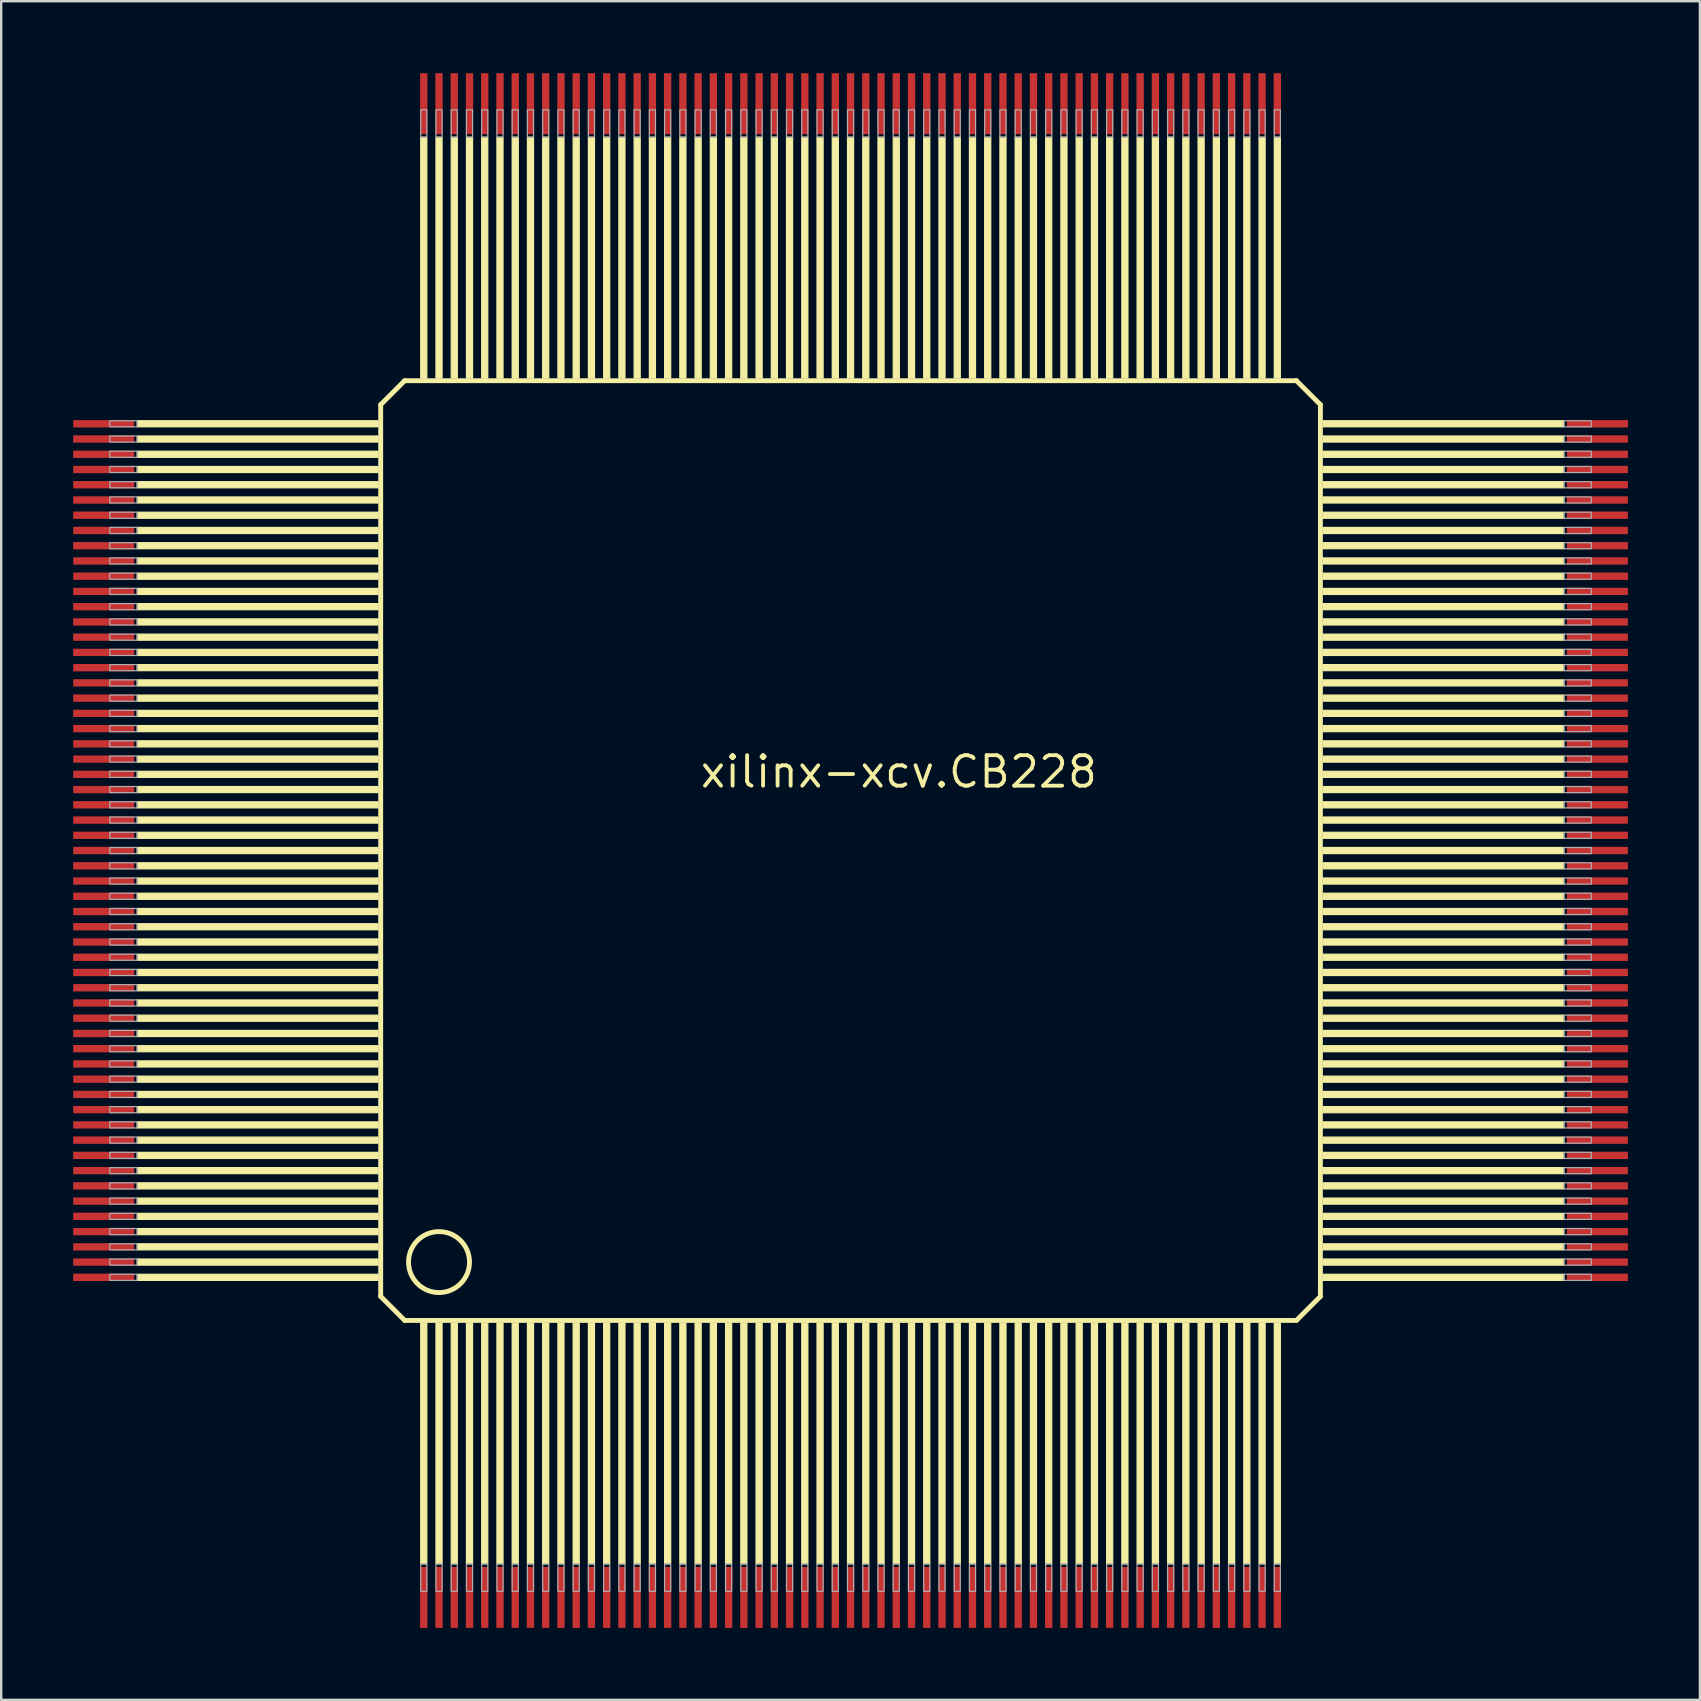
<source format=kicad_pcb>
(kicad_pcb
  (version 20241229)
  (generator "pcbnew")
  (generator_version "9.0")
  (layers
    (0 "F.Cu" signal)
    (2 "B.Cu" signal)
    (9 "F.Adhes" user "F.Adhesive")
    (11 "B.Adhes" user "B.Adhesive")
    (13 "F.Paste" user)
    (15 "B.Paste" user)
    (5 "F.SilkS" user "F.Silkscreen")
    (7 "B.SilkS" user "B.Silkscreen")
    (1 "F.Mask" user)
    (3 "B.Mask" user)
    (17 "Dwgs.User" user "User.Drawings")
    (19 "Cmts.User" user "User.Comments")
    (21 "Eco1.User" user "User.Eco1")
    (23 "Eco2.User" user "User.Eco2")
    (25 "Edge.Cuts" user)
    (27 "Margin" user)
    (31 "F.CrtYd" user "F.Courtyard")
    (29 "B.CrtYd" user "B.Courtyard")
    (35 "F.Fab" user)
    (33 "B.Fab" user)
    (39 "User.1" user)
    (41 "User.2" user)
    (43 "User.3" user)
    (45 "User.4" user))
  (footprint "xilinx-xcv.CB228"
    (layer "F.Cu")
    (at 32.385 32.385)
    (property "Reference" "xilinx-xcv.CB228" (at -6.35 -2.54 0) (layer "F.SilkS") (effects (font (size 1.27 1.27) (thickness 0.16)) (justify left bottom)))
    (attr smd)
    (fp_line (start -19.575 -18.575) (end -18.575 -19.575) (stroke (width 0.203) (type default)) (layer "F.SilkS"))
    (fp_line (start -19.575 18.575) (end -19.575 -18.575) (stroke (width 0.203) (type default)) (layer "F.SilkS"))
    (fp_line (start -18.575 -19.575) (end 18.575 -19.575) (stroke (width 0.203) (type default)) (layer "F.SilkS"))
    (fp_line (start -18.575 19.575) (end -19.575 18.575) (stroke (width 0.203) (type default)) (layer "F.SilkS"))
    (fp_line (start 18.575 -19.575) (end 19.575 -18.575) (stroke (width 0.203) (type default)) (layer "F.SilkS"))
    (fp_line (start 18.575 19.575) (end -18.575 19.575) (stroke (width 0.203) (type default)) (layer "F.SilkS"))
    (fp_line (start 19.575 -18.575) (end 19.575 18.575) (stroke (width 0.203) (type default)) (layer "F.SilkS"))
    (fp_line (start 19.575 18.575) (end 18.575 19.575) (stroke (width 0.203) (type default)) (layer "F.SilkS"))
    (fp_rect (start -29.718 -17.653) (end -19.685 -17.907) (stroke (width 0.05) (type default)) (fill yes) (layer "F.SilkS"))
    (fp_rect (start -29.718 -17.018) (end -19.685 -17.272) (stroke (width 0.05) (type default)) (fill yes) (layer "F.SilkS"))
    (fp_rect (start -29.718 -16.383) (end -19.685 -16.637) (stroke (width 0.05) (type default)) (fill yes) (layer "F.SilkS"))
    (fp_rect (start -29.718 -15.748) (end -19.685 -16.002) (stroke (width 0.05) (type default)) (fill yes) (layer "F.SilkS"))
    (fp_rect (start -29.718 -15.113) (end -19.685 -15.367) (stroke (width 0.05) (type default)) (fill yes) (layer "F.SilkS"))
    (fp_rect (start -29.718 -14.478) (end -19.685 -14.732) (stroke (width 0.05) (type default)) (fill yes) (layer "F.SilkS"))
    (fp_rect (start -29.718 -13.843) (end -19.685 -14.097) (stroke (width 0.05) (type default)) (fill yes) (layer "F.SilkS"))
    (fp_rect (start -29.718 -13.208) (end -19.685 -13.462) (stroke (width 0.05) (type default)) (fill yes) (layer "F.SilkS"))
    (fp_rect (start -29.718 -12.573) (end -19.685 -12.827) (stroke (width 0.05) (type default)) (fill yes) (layer "F.SilkS"))
    (fp_rect (start -29.718 -11.938) (end -19.685 -12.192) (stroke (width 0.05) (type default)) (fill yes) (layer "F.SilkS"))
    (fp_rect (start -29.718 -11.303) (end -19.685 -11.557) (stroke (width 0.05) (type default)) (fill yes) (layer "F.SilkS"))
    (fp_rect (start -29.718 -10.668) (end -19.685 -10.922) (stroke (width 0.05) (type default)) (fill yes) (layer "F.SilkS"))
    (fp_rect (start -29.718 -10.033) (end -19.685 -10.287) (stroke (width 0.05) (type default)) (fill yes) (layer "F.SilkS"))
    (fp_rect (start -29.718 -9.398) (end -19.685 -9.652) (stroke (width 0.05) (type default)) (fill yes) (layer "F.SilkS"))
    (fp_rect (start -29.718 -8.763) (end -19.685 -9.017) (stroke (width 0.05) (type default)) (fill yes) (layer "F.SilkS"))
    (fp_rect (start -29.718 -8.128) (end -19.685 -8.382) (stroke (width 0.05) (type default)) (fill yes) (layer "F.SilkS"))
    (fp_rect (start -29.718 -7.493) (end -19.685 -7.747) (stroke (width 0.05) (type default)) (fill yes) (layer "F.SilkS"))
    (fp_rect (start -29.718 -6.858) (end -19.685 -7.112) (stroke (width 0.05) (type default)) (fill yes) (layer "F.SilkS"))
    (fp_rect (start -29.718 -6.223) (end -19.685 -6.477) (stroke (width 0.05) (type default)) (fill yes) (layer "F.SilkS"))
    (fp_rect (start -29.718 -5.588) (end -19.685 -5.842) (stroke (width 0.05) (type default)) (fill yes) (layer "F.SilkS"))
    (fp_rect (start -29.718 -4.953) (end -19.685 -5.207) (stroke (width 0.05) (type default)) (fill yes) (layer "F.SilkS"))
    (fp_rect (start -29.718 -4.318) (end -19.685 -4.572) (stroke (width 0.05) (type default)) (fill yes) (layer "F.SilkS"))
    (fp_rect (start -29.718 -3.683) (end -19.685 -3.937) (stroke (width 0.05) (type default)) (fill yes) (layer "F.SilkS"))
    (fp_rect (start -29.718 -3.048) (end -19.685 -3.302) (stroke (width 0.05) (type default)) (fill yes) (layer "F.SilkS"))
    (fp_rect (start -29.718 -2.413) (end -19.685 -2.667) (stroke (width 0.05) (type default)) (fill yes) (layer "F.SilkS"))
    (fp_rect (start -29.718 -1.778) (end -19.685 -2.032) (stroke (width 0.05) (type default)) (fill yes) (layer "F.SilkS"))
    (fp_rect (start -29.718 -1.143) (end -19.685 -1.397) (stroke (width 0.05) (type default)) (fill yes) (layer "F.SilkS"))
    (fp_rect (start -29.718 -0.508) (end -19.685 -0.762) (stroke (width 0.05) (type default)) (fill yes) (layer "F.SilkS"))
    (fp_rect (start -29.718 0.127) (end -19.685 -0.127) (stroke (width 0.05) (type default)) (fill yes) (layer "F.SilkS"))
    (fp_rect (start -29.718 0.762) (end -19.685 0.508) (stroke (width 0.05) (type default)) (fill yes) (layer "F.SilkS"))
    (fp_rect (start -29.718 1.397) (end -19.685 1.143) (stroke (width 0.05) (type default)) (fill yes) (layer "F.SilkS"))
    (fp_rect (start -29.718 2.032) (end -19.685 1.778) (stroke (width 0.05) (type default)) (fill yes) (layer "F.SilkS"))
    (fp_rect (start -29.718 2.667) (end -19.685 2.413) (stroke (width 0.05) (type default)) (fill yes) (layer "F.SilkS"))
    (fp_rect (start -29.718 3.302) (end -19.685 3.048) (stroke (width 0.05) (type default)) (fill yes) (layer "F.SilkS"))
    (fp_rect (start -29.718 3.937) (end -19.685 3.683) (stroke (width 0.05) (type default)) (fill yes) (layer "F.SilkS"))
    (fp_rect (start -29.718 4.572) (end -19.685 4.318) (stroke (width 0.05) (type default)) (fill yes) (layer "F.SilkS"))
    (fp_rect (start -29.718 5.207) (end -19.685 4.953) (stroke (width 0.05) (type default)) (fill yes) (layer "F.SilkS"))
    (fp_rect (start -29.718 5.842) (end -19.685 5.588) (stroke (width 0.05) (type default)) (fill yes) (layer "F.SilkS"))
    (fp_rect (start -29.718 6.477) (end -19.685 6.223) (stroke (width 0.05) (type default)) (fill yes) (layer "F.SilkS"))
    (fp_rect (start -29.718 7.112) (end -19.685 6.858) (stroke (width 0.05) (type default)) (fill yes) (layer "F.SilkS"))
    (fp_rect (start -29.718 7.747) (end -19.685 7.493) (stroke (width 0.05) (type default)) (fill yes) (layer "F.SilkS"))
    (fp_rect (start -29.718 8.382) (end -19.685 8.128) (stroke (width 0.05) (type default)) (fill yes) (layer "F.SilkS"))
    (fp_rect (start -29.718 9.017) (end -19.685 8.763) (stroke (width 0.05) (type default)) (fill yes) (layer "F.SilkS"))
    (fp_rect (start -29.718 9.652) (end -19.685 9.398) (stroke (width 0.05) (type default)) (fill yes) (layer "F.SilkS"))
    (fp_rect (start -29.718 10.287) (end -19.685 10.033) (stroke (width 0.05) (type default)) (fill yes) (layer "F.SilkS"))
    (fp_rect (start -29.718 10.922) (end -19.685 10.668) (stroke (width 0.05) (type default)) (fill yes) (layer "F.SilkS"))
    (fp_rect (start -29.718 11.557) (end -19.685 11.303) (stroke (width 0.05) (type default)) (fill yes) (layer "F.SilkS"))
    (fp_rect (start -29.718 12.192) (end -19.685 11.938) (stroke (width 0.05) (type default)) (fill yes) (layer "F.SilkS"))
    (fp_rect (start -29.718 12.827) (end -19.685 12.573) (stroke (width 0.05) (type default)) (fill yes) (layer "F.SilkS"))
    (fp_rect (start -29.718 13.462) (end -19.685 13.208) (stroke (width 0.05) (type default)) (fill yes) (layer "F.SilkS"))
    (fp_rect (start -29.718 14.097) (end -19.685 13.843) (stroke (width 0.05) (type default)) (fill yes) (layer "F.SilkS"))
    (fp_rect (start -29.718 14.732) (end -19.685 14.478) (stroke (width 0.05) (type default)) (fill yes) (layer "F.SilkS"))
    (fp_rect (start -29.718 15.367) (end -19.685 15.113) (stroke (width 0.05) (type default)) (fill yes) (layer "F.SilkS"))
    (fp_rect (start -29.718 16.002) (end -19.685 15.748) (stroke (width 0.05) (type default)) (fill yes) (layer "F.SilkS"))
    (fp_rect (start -29.718 16.637) (end -19.685 16.383) (stroke (width 0.05) (type default)) (fill yes) (layer "F.SilkS"))
    (fp_rect (start -29.718 17.272) (end -19.685 17.018) (stroke (width 0.05) (type default)) (fill yes) (layer "F.SilkS"))
    (fp_rect (start -29.718 17.907) (end -19.685 17.653) (stroke (width 0.05) (type default)) (fill yes) (layer "F.SilkS"))
    (fp_rect (start -17.907 -19.685) (end -17.653 -29.718) (stroke (width 0.05) (type default)) (fill yes) (layer "F.SilkS"))
    (fp_rect (start -17.907 29.718) (end -17.653 19.685) (stroke (width 0.05) (type default)) (fill yes) (layer "F.SilkS"))
    (fp_rect (start -17.272 -19.685) (end -17.018 -29.718) (stroke (width 0.05) (type default)) (fill yes) (layer "F.SilkS"))
    (fp_rect (start -17.272 29.718) (end -17.018 19.685) (stroke (width 0.05) (type default)) (fill yes) (layer "F.SilkS"))
    (fp_rect (start -16.637 -19.685) (end -16.383 -29.718) (stroke (width 0.05) (type default)) (fill yes) (layer "F.SilkS"))
    (fp_rect (start -16.637 29.718) (end -16.383 19.685) (stroke (width 0.05) (type default)) (fill yes) (layer "F.SilkS"))
    (fp_rect (start -16.002 -19.685) (end -15.748 -29.718) (stroke (width 0.05) (type default)) (fill yes) (layer "F.SilkS"))
    (fp_rect (start -16.002 29.718) (end -15.748 19.685) (stroke (width 0.05) (type default)) (fill yes) (layer "F.SilkS"))
    (fp_rect (start -15.367 -19.685) (end -15.113 -29.718) (stroke (width 0.05) (type default)) (fill yes) (layer "F.SilkS"))
    (fp_rect (start -15.367 29.718) (end -15.113 19.685) (stroke (width 0.05) (type default)) (fill yes) (layer "F.SilkS"))
    (fp_rect (start -14.732 -19.685) (end -14.478 -29.718) (stroke (width 0.05) (type default)) (fill yes) (layer "F.SilkS"))
    (fp_rect (start -14.732 29.718) (end -14.478 19.685) (stroke (width 0.05) (type default)) (fill yes) (layer "F.SilkS"))
    (fp_rect (start -14.097 -19.685) (end -13.843 -29.718) (stroke (width 0.05) (type default)) (fill yes) (layer "F.SilkS"))
    (fp_rect (start -14.097 29.718) (end -13.843 19.685) (stroke (width 0.05) (type default)) (fill yes) (layer "F.SilkS"))
    (fp_rect (start -13.462 -19.685) (end -13.208 -29.718) (stroke (width 0.05) (type default)) (fill yes) (layer "F.SilkS"))
    (fp_rect (start -13.462 29.718) (end -13.208 19.685) (stroke (width 0.05) (type default)) (fill yes) (layer "F.SilkS"))
    (fp_rect (start -12.827 -19.685) (end -12.573 -29.718) (stroke (width 0.05) (type default)) (fill yes) (layer "F.SilkS"))
    (fp_rect (start -12.827 29.718) (end -12.573 19.685) (stroke (width 0.05) (type default)) (fill yes) (layer "F.SilkS"))
    (fp_rect (start -12.192 -19.685) (end -11.938 -29.718) (stroke (width 0.05) (type default)) (fill yes) (layer "F.SilkS"))
    (fp_rect (start -12.192 29.718) (end -11.938 19.685) (stroke (width 0.05) (type default)) (fill yes) (layer "F.SilkS"))
    (fp_rect (start -11.557 -19.685) (end -11.303 -29.718) (stroke (width 0.05) (type default)) (fill yes) (layer "F.SilkS"))
    (fp_rect (start -11.557 29.718) (end -11.303 19.685) (stroke (width 0.05) (type default)) (fill yes) (layer "F.SilkS"))
    (fp_rect (start -10.922 -19.685) (end -10.668 -29.718) (stroke (width 0.05) (type default)) (fill yes) (layer "F.SilkS"))
    (fp_rect (start -10.922 29.718) (end -10.668 19.685) (stroke (width 0.05) (type default)) (fill yes) (layer "F.SilkS"))
    (fp_rect (start -10.287 -19.685) (end -10.033 -29.718) (stroke (width 0.05) (type default)) (fill yes) (layer "F.SilkS"))
    (fp_rect (start -10.287 29.718) (end -10.033 19.685) (stroke (width 0.05) (type default)) (fill yes) (layer "F.SilkS"))
    (fp_rect (start -9.652 -19.685) (end -9.398 -29.718) (stroke (width 0.05) (type default)) (fill yes) (layer "F.SilkS"))
    (fp_rect (start -9.652 29.718) (end -9.398 19.685) (stroke (width 0.05) (type default)) (fill yes) (layer "F.SilkS"))
    (fp_rect (start -9.017 -19.685) (end -8.763 -29.718) (stroke (width 0.05) (type default)) (fill yes) (layer "F.SilkS"))
    (fp_rect (start -9.017 29.718) (end -8.763 19.685) (stroke (width 0.05) (type default)) (fill yes) (layer "F.SilkS"))
    (fp_rect (start -8.382 -19.685) (end -8.128 -29.718) (stroke (width 0.05) (type default)) (fill yes) (layer "F.SilkS"))
    (fp_rect (start -8.382 29.718) (end -8.128 19.685) (stroke (width 0.05) (type default)) (fill yes) (layer "F.SilkS"))
    (fp_rect (start -7.747 -19.685) (end -7.493 -29.718) (stroke (width 0.05) (type default)) (fill yes) (layer "F.SilkS"))
    (fp_rect (start -7.747 29.718) (end -7.493 19.685) (stroke (width 0.05) (type default)) (fill yes) (layer "F.SilkS"))
    (fp_rect (start -7.112 -19.685) (end -6.858 -29.718) (stroke (width 0.05) (type default)) (fill yes) (layer "F.SilkS"))
    (fp_rect (start -7.112 29.718) (end -6.858 19.685) (stroke (width 0.05) (type default)) (fill yes) (layer "F.SilkS"))
    (fp_rect (start -6.477 -19.685) (end -6.223 -29.718) (stroke (width 0.05) (type default)) (fill yes) (layer "F.SilkS"))
    (fp_rect (start -6.477 29.718) (end -6.223 19.685) (stroke (width 0.05) (type default)) (fill yes) (layer "F.SilkS"))
    (fp_rect (start -5.842 -19.685) (end -5.588 -29.718) (stroke (width 0.05) (type default)) (fill yes) (layer "F.SilkS"))
    (fp_rect (start -5.842 29.718) (end -5.588 19.685) (stroke (width 0.05) (type default)) (fill yes) (layer "F.SilkS"))
    (fp_rect (start -5.207 -19.685) (end -4.953 -29.718) (stroke (width 0.05) (type default)) (fill yes) (layer "F.SilkS"))
    (fp_rect (start -5.207 29.718) (end -4.953 19.685) (stroke (width 0.05) (type default)) (fill yes) (layer "F.SilkS"))
    (fp_rect (start -4.572 -19.685) (end -4.318 -29.718) (stroke (width 0.05) (type default)) (fill yes) (layer "F.SilkS"))
    (fp_rect (start -4.572 29.718) (end -4.318 19.685) (stroke (width 0.05) (type default)) (fill yes) (layer "F.SilkS"))
    (fp_rect (start -3.937 -19.685) (end -3.683 -29.718) (stroke (width 0.05) (type default)) (fill yes) (layer "F.SilkS"))
    (fp_rect (start -3.937 29.718) (end -3.683 19.685) (stroke (width 0.05) (type default)) (fill yes) (layer "F.SilkS"))
    (fp_rect (start -3.302 -19.685) (end -3.048 -29.718) (stroke (width 0.05) (type default)) (fill yes) (layer "F.SilkS"))
    (fp_rect (start -3.302 29.718) (end -3.048 19.685) (stroke (width 0.05) (type default)) (fill yes) (layer "F.SilkS"))
    (fp_rect (start -2.667 -19.685) (end -2.413 -29.718) (stroke (width 0.05) (type default)) (fill yes) (layer "F.SilkS"))
    (fp_rect (start -2.667 29.718) (end -2.413 19.685) (stroke (width 0.05) (type default)) (fill yes) (layer "F.SilkS"))
    (fp_rect (start -2.032 -19.685) (end -1.778 -29.718) (stroke (width 0.05) (type default)) (fill yes) (layer "F.SilkS"))
    (fp_rect (start -2.032 29.718) (end -1.778 19.685) (stroke (width 0.05) (type default)) (fill yes) (layer "F.SilkS"))
    (fp_rect (start -1.397 -19.685) (end -1.143 -29.718) (stroke (width 0.05) (type default)) (fill yes) (layer "F.SilkS"))
    (fp_rect (start -1.397 29.718) (end -1.143 19.685) (stroke (width 0.05) (type default)) (fill yes) (layer "F.SilkS"))
    (fp_rect (start -0.762 -19.685) (end -0.508 -29.718) (stroke (width 0.05) (type default)) (fill yes) (layer "F.SilkS"))
    (fp_rect (start -0.762 29.718) (end -0.508 19.685) (stroke (width 0.05) (type default)) (fill yes) (layer "F.SilkS"))
    (fp_rect (start -0.127 -19.685) (end 0.127 -29.718) (stroke (width 0.05) (type default)) (fill yes) (layer "F.SilkS"))
    (fp_rect (start -0.127 29.718) (end 0.127 19.685) (stroke (width 0.05) (type default)) (fill yes) (layer "F.SilkS"))
    (fp_rect (start 0.508 -19.685) (end 0.762 -29.718) (stroke (width 0.05) (type default)) (fill yes) (layer "F.SilkS"))
    (fp_rect (start 0.508 29.718) (end 0.762 19.685) (stroke (width 0.05) (type default)) (fill yes) (layer "F.SilkS"))
    (fp_rect (start 1.143 -19.685) (end 1.397 -29.718) (stroke (width 0.05) (type default)) (fill yes) (layer "F.SilkS"))
    (fp_rect (start 1.143 29.718) (end 1.397 19.685) (stroke (width 0.05) (type default)) (fill yes) (layer "F.SilkS"))
    (fp_rect (start 1.778 -19.685) (end 2.032 -29.718) (stroke (width 0.05) (type default)) (fill yes) (layer "F.SilkS"))
    (fp_rect (start 1.778 29.718) (end 2.032 19.685) (stroke (width 0.05) (type default)) (fill yes) (layer "F.SilkS"))
    (fp_rect (start 2.413 -19.685) (end 2.667 -29.718) (stroke (width 0.05) (type default)) (fill yes) (layer "F.SilkS"))
    (fp_rect (start 2.413 29.718) (end 2.667 19.685) (stroke (width 0.05) (type default)) (fill yes) (layer "F.SilkS"))
    (fp_rect (start 3.048 -19.685) (end 3.302 -29.718) (stroke (width 0.05) (type default)) (fill yes) (layer "F.SilkS"))
    (fp_rect (start 3.048 29.718) (end 3.302 19.685) (stroke (width 0.05) (type default)) (fill yes) (layer "F.SilkS"))
    (fp_rect (start 3.683 -19.685) (end 3.937 -29.718) (stroke (width 0.05) (type default)) (fill yes) (layer "F.SilkS"))
    (fp_rect (start 3.683 29.718) (end 3.937 19.685) (stroke (width 0.05) (type default)) (fill yes) (layer "F.SilkS"))
    (fp_rect (start 4.318 -19.685) (end 4.572 -29.718) (stroke (width 0.05) (type default)) (fill yes) (layer "F.SilkS"))
    (fp_rect (start 4.318 29.718) (end 4.572 19.685) (stroke (width 0.05) (type default)) (fill yes) (layer "F.SilkS"))
    (fp_rect (start 4.953 -19.685) (end 5.207 -29.718) (stroke (width 0.05) (type default)) (fill yes) (layer "F.SilkS"))
    (fp_rect (start 4.953 29.718) (end 5.207 19.685) (stroke (width 0.05) (type default)) (fill yes) (layer "F.SilkS"))
    (fp_rect (start 5.588 -19.685) (end 5.842 -29.718) (stroke (width 0.05) (type default)) (fill yes) (layer "F.SilkS"))
    (fp_rect (start 5.588 29.718) (end 5.842 19.685) (stroke (width 0.05) (type default)) (fill yes) (layer "F.SilkS"))
    (fp_rect (start 6.223 -19.685) (end 6.477 -29.718) (stroke (width 0.05) (type default)) (fill yes) (layer "F.SilkS"))
    (fp_rect (start 6.223 29.718) (end 6.477 19.685) (stroke (width 0.05) (type default)) (fill yes) (layer "F.SilkS"))
    (fp_rect (start 6.858 -19.685) (end 7.112 -29.718) (stroke (width 0.05) (type default)) (fill yes) (layer "F.SilkS"))
    (fp_rect (start 6.858 29.718) (end 7.112 19.685) (stroke (width 0.05) (type default)) (fill yes) (layer "F.SilkS"))
    (fp_rect (start 7.493 -19.685) (end 7.747 -29.718) (stroke (width 0.05) (type default)) (fill yes) (layer "F.SilkS"))
    (fp_rect (start 7.493 29.718) (end 7.747 19.685) (stroke (width 0.05) (type default)) (fill yes) (layer "F.SilkS"))
    (fp_rect (start 8.128 -19.685) (end 8.382 -29.718) (stroke (width 0.05) (type default)) (fill yes) (layer "F.SilkS"))
    (fp_rect (start 8.128 29.718) (end 8.382 19.685) (stroke (width 0.05) (type default)) (fill yes) (layer "F.SilkS"))
    (fp_rect (start 8.763 -19.685) (end 9.017 -29.718) (stroke (width 0.05) (type default)) (fill yes) (layer "F.SilkS"))
    (fp_rect (start 8.763 29.718) (end 9.017 19.685) (stroke (width 0.05) (type default)) (fill yes) (layer "F.SilkS"))
    (fp_rect (start 9.398 -19.685) (end 9.652 -29.718) (stroke (width 0.05) (type default)) (fill yes) (layer "F.SilkS"))
    (fp_rect (start 9.398 29.718) (end 9.652 19.685) (stroke (width 0.05) (type default)) (fill yes) (layer "F.SilkS"))
    (fp_rect (start 10.033 -19.685) (end 10.287 -29.718) (stroke (width 0.05) (type default)) (fill yes) (layer "F.SilkS"))
    (fp_rect (start 10.033 29.718) (end 10.287 19.685) (stroke (width 0.05) (type default)) (fill yes) (layer "F.SilkS"))
    (fp_rect (start 10.668 -19.685) (end 10.922 -29.718) (stroke (width 0.05) (type default)) (fill yes) (layer "F.SilkS"))
    (fp_rect (start 10.668 29.718) (end 10.922 19.685) (stroke (width 0.05) (type default)) (fill yes) (layer "F.SilkS"))
    (fp_rect (start 11.303 -19.685) (end 11.557 -29.718) (stroke (width 0.05) (type default)) (fill yes) (layer "F.SilkS"))
    (fp_rect (start 11.303 29.718) (end 11.557 19.685) (stroke (width 0.05) (type default)) (fill yes) (layer "F.SilkS"))
    (fp_rect (start 11.938 -19.685) (end 12.192 -29.718) (stroke (width 0.05) (type default)) (fill yes) (layer "F.SilkS"))
    (fp_rect (start 11.938 29.718) (end 12.192 19.685) (stroke (width 0.05) (type default)) (fill yes) (layer "F.SilkS"))
    (fp_rect (start 12.573 -19.685) (end 12.827 -29.718) (stroke (width 0.05) (type default)) (fill yes) (layer "F.SilkS"))
    (fp_rect (start 12.573 29.718) (end 12.827 19.685) (stroke (width 0.05) (type default)) (fill yes) (layer "F.SilkS"))
    (fp_rect (start 13.208 -19.685) (end 13.462 -29.718) (stroke (width 0.05) (type default)) (fill yes) (layer "F.SilkS"))
    (fp_rect (start 13.208 29.718) (end 13.462 19.685) (stroke (width 0.05) (type default)) (fill yes) (layer "F.SilkS"))
    (fp_rect (start 13.843 -19.685) (end 14.097 -29.718) (stroke (width 0.05) (type default)) (fill yes) (layer "F.SilkS"))
    (fp_rect (start 13.843 29.718) (end 14.097 19.685) (stroke (width 0.05) (type default)) (fill yes) (layer "F.SilkS"))
    (fp_rect (start 14.478 -19.685) (end 14.732 -29.718) (stroke (width 0.05) (type default)) (fill yes) (layer "F.SilkS"))
    (fp_rect (start 14.478 29.718) (end 14.732 19.685) (stroke (width 0.05) (type default)) (fill yes) (layer "F.SilkS"))
    (fp_rect (start 15.113 -19.685) (end 15.367 -29.718) (stroke (width 0.05) (type default)) (fill yes) (layer "F.SilkS"))
    (fp_rect (start 15.113 29.718) (end 15.367 19.685) (stroke (width 0.05) (type default)) (fill yes) (layer "F.SilkS"))
    (fp_rect (start 15.748 -19.685) (end 16.002 -29.718) (stroke (width 0.05) (type default)) (fill yes) (layer "F.SilkS"))
    (fp_rect (start 15.748 29.718) (end 16.002 19.685) (stroke (width 0.05) (type default)) (fill yes) (layer "F.SilkS"))
    (fp_rect (start 16.383 -19.685) (end 16.637 -29.718) (stroke (width 0.05) (type default)) (fill yes) (layer "F.SilkS"))
    (fp_rect (start 16.383 29.718) (end 16.637 19.685) (stroke (width 0.05) (type default)) (fill yes) (layer "F.SilkS"))
    (fp_rect (start 17.018 -19.685) (end 17.272 -29.718) (stroke (width 0.05) (type default)) (fill yes) (layer "F.SilkS"))
    (fp_rect (start 17.018 29.718) (end 17.272 19.685) (stroke (width 0.05) (type default)) (fill yes) (layer "F.SilkS"))
    (fp_rect (start 17.653 -19.685) (end 17.907 -29.718) (stroke (width 0.05) (type default)) (fill yes) (layer "F.SilkS"))
    (fp_rect (start 17.653 29.718) (end 17.907 19.685) (stroke (width 0.05) (type default)) (fill yes) (layer "F.SilkS"))
    (fp_rect (start 19.685 -17.653) (end 29.718 -17.907) (stroke (width 0.05) (type default)) (fill yes) (layer "F.SilkS"))
    (fp_rect (start 19.685 -17.018) (end 29.718 -17.272) (stroke (width 0.05) (type default)) (fill yes) (layer "F.SilkS"))
    (fp_rect (start 19.685 -16.383) (end 29.718 -16.637) (stroke (width 0.05) (type default)) (fill yes) (layer "F.SilkS"))
    (fp_rect (start 19.685 -15.748) (end 29.718 -16.002) (stroke (width 0.05) (type default)) (fill yes) (layer "F.SilkS"))
    (fp_rect (start 19.685 -15.113) (end 29.718 -15.367) (stroke (width 0.05) (type default)) (fill yes) (layer "F.SilkS"))
    (fp_rect (start 19.685 -14.478) (end 29.718 -14.732) (stroke (width 0.05) (type default)) (fill yes) (layer "F.SilkS"))
    (fp_rect (start 19.685 -13.843) (end 29.718 -14.097) (stroke (width 0.05) (type default)) (fill yes) (layer "F.SilkS"))
    (fp_rect (start 19.685 -13.208) (end 29.718 -13.462) (stroke (width 0.05) (type default)) (fill yes) (layer "F.SilkS"))
    (fp_rect (start 19.685 -12.573) (end 29.718 -12.827) (stroke (width 0.05) (type default)) (fill yes) (layer "F.SilkS"))
    (fp_rect (start 19.685 -11.938) (end 29.718 -12.192) (stroke (width 0.05) (type default)) (fill yes) (layer "F.SilkS"))
    (fp_rect (start 19.685 -11.303) (end 29.718 -11.557) (stroke (width 0.05) (type default)) (fill yes) (layer "F.SilkS"))
    (fp_rect (start 19.685 -10.668) (end 29.718 -10.922) (stroke (width 0.05) (type default)) (fill yes) (layer "F.SilkS"))
    (fp_rect (start 19.685 -10.033) (end 29.718 -10.287) (stroke (width 0.05) (type default)) (fill yes) (layer "F.SilkS"))
    (fp_rect (start 19.685 -9.398) (end 29.718 -9.652) (stroke (width 0.05) (type default)) (fill yes) (layer "F.SilkS"))
    (fp_rect (start 19.685 -8.763) (end 29.718 -9.017) (stroke (width 0.05) (type default)) (fill yes) (layer "F.SilkS"))
    (fp_rect (start 19.685 -8.128) (end 29.718 -8.382) (stroke (width 0.05) (type default)) (fill yes) (layer "F.SilkS"))
    (fp_rect (start 19.685 -7.493) (end 29.718 -7.747) (stroke (width 0.05) (type default)) (fill yes) (layer "F.SilkS"))
    (fp_rect (start 19.685 -6.858) (end 29.718 -7.112) (stroke (width 0.05) (type default)) (fill yes) (layer "F.SilkS"))
    (fp_rect (start 19.685 -6.223) (end 29.718 -6.477) (stroke (width 0.05) (type default)) (fill yes) (layer "F.SilkS"))
    (fp_rect (start 19.685 -5.588) (end 29.718 -5.842) (stroke (width 0.05) (type default)) (fill yes) (layer "F.SilkS"))
    (fp_rect (start 19.685 -4.953) (end 29.718 -5.207) (stroke (width 0.05) (type default)) (fill yes) (layer "F.SilkS"))
    (fp_rect (start 19.685 -4.318) (end 29.718 -4.572) (stroke (width 0.05) (type default)) (fill yes) (layer "F.SilkS"))
    (fp_rect (start 19.685 -3.683) (end 29.718 -3.937) (stroke (width 0.05) (type default)) (fill yes) (layer "F.SilkS"))
    (fp_rect (start 19.685 -3.048) (end 29.718 -3.302) (stroke (width 0.05) (type default)) (fill yes) (layer "F.SilkS"))
    (fp_rect (start 19.685 -2.413) (end 29.718 -2.667) (stroke (width 0.05) (type default)) (fill yes) (layer "F.SilkS"))
    (fp_rect (start 19.685 -1.778) (end 29.718 -2.032) (stroke (width 0.05) (type default)) (fill yes) (layer "F.SilkS"))
    (fp_rect (start 19.685 -1.143) (end 29.718 -1.397) (stroke (width 0.05) (type default)) (fill yes) (layer "F.SilkS"))
    (fp_rect (start 19.685 -0.508) (end 29.718 -0.762) (stroke (width 0.05) (type default)) (fill yes) (layer "F.SilkS"))
    (fp_rect (start 19.685 0.127) (end 29.718 -0.127) (stroke (width 0.05) (type default)) (fill yes) (layer "F.SilkS"))
    (fp_rect (start 19.685 0.762) (end 29.718 0.508) (stroke (width 0.05) (type default)) (fill yes) (layer "F.SilkS"))
    (fp_rect (start 19.685 1.397) (end 29.718 1.143) (stroke (width 0.05) (type default)) (fill yes) (layer "F.SilkS"))
    (fp_rect (start 19.685 2.032) (end 29.718 1.778) (stroke (width 0.05) (type default)) (fill yes) (layer "F.SilkS"))
    (fp_rect (start 19.685 2.667) (end 29.718 2.413) (stroke (width 0.05) (type default)) (fill yes) (layer "F.SilkS"))
    (fp_rect (start 19.685 3.302) (end 29.718 3.048) (stroke (width 0.05) (type default)) (fill yes) (layer "F.SilkS"))
    (fp_rect (start 19.685 3.937) (end 29.718 3.683) (stroke (width 0.05) (type default)) (fill yes) (layer "F.SilkS"))
    (fp_rect (start 19.685 4.572) (end 29.718 4.318) (stroke (width 0.05) (type default)) (fill yes) (layer "F.SilkS"))
    (fp_rect (start 19.685 5.207) (end 29.718 4.953) (stroke (width 0.05) (type default)) (fill yes) (layer "F.SilkS"))
    (fp_rect (start 19.685 5.842) (end 29.718 5.588) (stroke (width 0.05) (type default)) (fill yes) (layer "F.SilkS"))
    (fp_rect (start 19.685 6.477) (end 29.718 6.223) (stroke (width 0.05) (type default)) (fill yes) (layer "F.SilkS"))
    (fp_rect (start 19.685 7.112) (end 29.718 6.858) (stroke (width 0.05) (type default)) (fill yes) (layer "F.SilkS"))
    (fp_rect (start 19.685 7.747) (end 29.718 7.493) (stroke (width 0.05) (type default)) (fill yes) (layer "F.SilkS"))
    (fp_rect (start 19.685 8.382) (end 29.718 8.128) (stroke (width 0.05) (type default)) (fill yes) (layer "F.SilkS"))
    (fp_rect (start 19.685 9.017) (end 29.718 8.763) (stroke (width 0.05) (type default)) (fill yes) (layer "F.SilkS"))
    (fp_rect (start 19.685 9.652) (end 29.718 9.398) (stroke (width 0.05) (type default)) (fill yes) (layer "F.SilkS"))
    (fp_rect (start 19.685 10.287) (end 29.718 10.033) (stroke (width 0.05) (type default)) (fill yes) (layer "F.SilkS"))
    (fp_rect (start 19.685 10.922) (end 29.718 10.668) (stroke (width 0.05) (type default)) (fill yes) (layer "F.SilkS"))
    (fp_rect (start 19.685 11.557) (end 29.718 11.303) (stroke (width 0.05) (type default)) (fill yes) (layer "F.SilkS"))
    (fp_rect (start 19.685 12.192) (end 29.718 11.938) (stroke (width 0.05) (type default)) (fill yes) (layer "F.SilkS"))
    (fp_rect (start 19.685 12.827) (end 29.718 12.573) (stroke (width 0.05) (type default)) (fill yes) (layer "F.SilkS"))
    (fp_rect (start 19.685 13.462) (end 29.718 13.208) (stroke (width 0.05) (type default)) (fill yes) (layer "F.SilkS"))
    (fp_rect (start 19.685 14.097) (end 29.718 13.843) (stroke (width 0.05) (type default)) (fill yes) (layer "F.SilkS"))
    (fp_rect (start 19.685 14.732) (end 29.718 14.478) (stroke (width 0.05) (type default)) (fill yes) (layer "F.SilkS"))
    (fp_rect (start 19.685 15.367) (end 29.718 15.113) (stroke (width 0.05) (type default)) (fill yes) (layer "F.SilkS"))
    (fp_rect (start 19.685 16.002) (end 29.718 15.748) (stroke (width 0.05) (type default)) (fill yes) (layer "F.SilkS"))
    (fp_rect (start 19.685 16.637) (end 29.718 16.383) (stroke (width 0.05) (type default)) (fill yes) (layer "F.SilkS"))
    (fp_rect (start 19.685 17.272) (end 29.718 17.018) (stroke (width 0.05) (type default)) (fill yes) (layer "F.SilkS"))
    (fp_rect (start 19.685 17.907) (end 29.718 17.653) (stroke (width 0.05) (type default)) (fill yes) (layer "F.SilkS"))
    (fp_circle (center -17.145 17.145) (end -15.875 17.145) (stroke (width 0.203) (type default)) (fill no) (layer "F.SilkS"))
    (fp_rect (start -30.861 -17.653) (end -29.718 -17.907) (stroke (width 0.05) (type default)) (fill no) (layer "F.Fab"))
    (fp_rect (start -30.861 -17.018) (end -29.718 -17.272) (stroke (width 0.05) (type default)) (fill no) (layer "F.Fab"))
    (fp_rect (start -30.861 -16.383) (end -29.718 -16.637) (stroke (width 0.05) (type default)) (fill no) (layer "F.Fab"))
    (fp_rect (start -30.861 -15.748) (end -29.718 -16.002) (stroke (width 0.05) (type default)) (fill no) (layer "F.Fab"))
    (fp_rect (start -30.861 -15.113) (end -29.718 -15.367) (stroke (width 0.05) (type default)) (fill no) (layer "F.Fab"))
    (fp_rect (start -30.861 -14.478) (end -29.718 -14.732) (stroke (width 0.05) (type default)) (fill no) (layer "F.Fab"))
    (fp_rect (start -30.861 -13.843) (end -29.718 -14.097) (stroke (width 0.05) (type default)) (fill no) (layer "F.Fab"))
    (fp_rect (start -30.861 -13.208) (end -29.718 -13.462) (stroke (width 0.05) (type default)) (fill no) (layer "F.Fab"))
    (fp_rect (start -30.861 -12.573) (end -29.718 -12.827) (stroke (width 0.05) (type default)) (fill no) (layer "F.Fab"))
    (fp_rect (start -30.861 -11.938) (end -29.718 -12.192) (stroke (width 0.05) (type default)) (fill no) (layer "F.Fab"))
    (fp_rect (start -30.861 -11.303) (end -29.718 -11.557) (stroke (width 0.05) (type default)) (fill no) (layer "F.Fab"))
    (fp_rect (start -30.861 -10.668) (end -29.718 -10.922) (stroke (width 0.05) (type default)) (fill no) (layer "F.Fab"))
    (fp_rect (start -30.861 -10.033) (end -29.718 -10.287) (stroke (width 0.05) (type default)) (fill no) (layer "F.Fab"))
    (fp_rect (start -30.861 -9.398) (end -29.718 -9.652) (stroke (width 0.05) (type default)) (fill no) (layer "F.Fab"))
    (fp_rect (start -30.861 -8.763) (end -29.718 -9.017) (stroke (width 0.05) (type default)) (fill no) (layer "F.Fab"))
    (fp_rect (start -30.861 -8.128) (end -29.718 -8.382) (stroke (width 0.05) (type default)) (fill no) (layer "F.Fab"))
    (fp_rect (start -30.861 -7.493) (end -29.718 -7.747) (stroke (width 0.05) (type default)) (fill no) (layer "F.Fab"))
    (fp_rect (start -30.861 -6.858) (end -29.718 -7.112) (stroke (width 0.05) (type default)) (fill no) (layer "F.Fab"))
    (fp_rect (start -30.861 -6.223) (end -29.718 -6.477) (stroke (width 0.05) (type default)) (fill no) (layer "F.Fab"))
    (fp_rect (start -30.861 -5.588) (end -29.718 -5.842) (stroke (width 0.05) (type default)) (fill no) (layer "F.Fab"))
    (fp_rect (start -30.861 -4.953) (end -29.718 -5.207) (stroke (width 0.05) (type default)) (fill no) (layer "F.Fab"))
    (fp_rect (start -30.861 -4.318) (end -29.718 -4.572) (stroke (width 0.05) (type default)) (fill no) (layer "F.Fab"))
    (fp_rect (start -30.861 -3.683) (end -29.718 -3.937) (stroke (width 0.05) (type default)) (fill no) (layer "F.Fab"))
    (fp_rect (start -30.861 -3.048) (end -29.718 -3.302) (stroke (width 0.05) (type default)) (fill no) (layer "F.Fab"))
    (fp_rect (start -30.861 -2.413) (end -29.718 -2.667) (stroke (width 0.05) (type default)) (fill no) (layer "F.Fab"))
    (fp_rect (start -30.861 -1.778) (end -29.718 -2.032) (stroke (width 0.05) (type default)) (fill no) (layer "F.Fab"))
    (fp_rect (start -30.861 -1.143) (end -29.718 -1.397) (stroke (width 0.05) (type default)) (fill no) (layer "F.Fab"))
    (fp_rect (start -30.861 -0.508) (end -29.718 -0.762) (stroke (width 0.05) (type default)) (fill no) (layer "F.Fab"))
    (fp_rect (start -30.861 0.127) (end -29.718 -0.127) (stroke (width 0.05) (type default)) (fill no) (layer "F.Fab"))
    (fp_rect (start -30.861 0.762) (end -29.718 0.508) (stroke (width 0.05) (type default)) (fill no) (layer "F.Fab"))
    (fp_rect (start -30.861 1.397) (end -29.718 1.143) (stroke (width 0.05) (type default)) (fill no) (layer "F.Fab"))
    (fp_rect (start -30.861 2.032) (end -29.718 1.778) (stroke (width 0.05) (type default)) (fill no) (layer "F.Fab"))
    (fp_rect (start -30.861 2.667) (end -29.718 2.413) (stroke (width 0.05) (type default)) (fill no) (layer "F.Fab"))
    (fp_rect (start -30.861 3.302) (end -29.718 3.048) (stroke (width 0.05) (type default)) (fill no) (layer "F.Fab"))
    (fp_rect (start -30.861 3.937) (end -29.718 3.683) (stroke (width 0.05) (type default)) (fill no) (layer "F.Fab"))
    (fp_rect (start -30.861 4.572) (end -29.718 4.318) (stroke (width 0.05) (type default)) (fill no) (layer "F.Fab"))
    (fp_rect (start -30.861 5.207) (end -29.718 4.953) (stroke (width 0.05) (type default)) (fill no) (layer "F.Fab"))
    (fp_rect (start -30.861 5.842) (end -29.718 5.588) (stroke (width 0.05) (type default)) (fill no) (layer "F.Fab"))
    (fp_rect (start -30.861 6.477) (end -29.718 6.223) (stroke (width 0.05) (type default)) (fill no) (layer "F.Fab"))
    (fp_rect (start -30.861 7.112) (end -29.718 6.858) (stroke (width 0.05) (type default)) (fill no) (layer "F.Fab"))
    (fp_rect (start -30.861 7.747) (end -29.718 7.493) (stroke (width 0.05) (type default)) (fill no) (layer "F.Fab"))
    (fp_rect (start -30.861 8.382) (end -29.718 8.128) (stroke (width 0.05) (type default)) (fill no) (layer "F.Fab"))
    (fp_rect (start -30.861 9.017) (end -29.718 8.763) (stroke (width 0.05) (type default)) (fill no) (layer "F.Fab"))
    (fp_rect (start -30.861 9.652) (end -29.718 9.398) (stroke (width 0.05) (type default)) (fill no) (layer "F.Fab"))
    (fp_rect (start -30.861 10.287) (end -29.718 10.033) (stroke (width 0.05) (type default)) (fill no) (layer "F.Fab"))
    (fp_rect (start -30.861 10.922) (end -29.718 10.668) (stroke (width 0.05) (type default)) (fill no) (layer "F.Fab"))
    (fp_rect (start -30.861 11.557) (end -29.718 11.303) (stroke (width 0.05) (type default)) (fill no) (layer "F.Fab"))
    (fp_rect (start -30.861 12.192) (end -29.718 11.938) (stroke (width 0.05) (type default)) (fill no) (layer "F.Fab"))
    (fp_rect (start -30.861 12.827) (end -29.718 12.573) (stroke (width 0.05) (type default)) (fill no) (layer "F.Fab"))
    (fp_rect (start -30.861 13.462) (end -29.718 13.208) (stroke (width 0.05) (type default)) (fill no) (layer "F.Fab"))
    (fp_rect (start -30.861 14.097) (end -29.718 13.843) (stroke (width 0.05) (type default)) (fill no) (layer "F.Fab"))
    (fp_rect (start -30.861 14.732) (end -29.718 14.478) (stroke (width 0.05) (type default)) (fill no) (layer "F.Fab"))
    (fp_rect (start -30.861 15.367) (end -29.718 15.113) (stroke (width 0.05) (type default)) (fill no) (layer "F.Fab"))
    (fp_rect (start -30.861 16.002) (end -29.718 15.748) (stroke (width 0.05) (type default)) (fill no) (layer "F.Fab"))
    (fp_rect (start -30.861 16.637) (end -29.718 16.383) (stroke (width 0.05) (type default)) (fill no) (layer "F.Fab"))
    (fp_rect (start -30.861 17.272) (end -29.718 17.018) (stroke (width 0.05) (type default)) (fill no) (layer "F.Fab"))
    (fp_rect (start -30.861 17.907) (end -29.718 17.653) (stroke (width 0.05) (type default)) (fill no) (layer "F.Fab"))
    (fp_rect (start -17.907 -29.718) (end -17.653 -30.861) (stroke (width 0.05) (type default)) (fill no) (layer "F.Fab"))
    (fp_rect (start -17.907 30.861) (end -17.653 29.718) (stroke (width 0.05) (type default)) (fill no) (layer "F.Fab"))
    (fp_rect (start -17.272 -29.718) (end -17.018 -30.861) (stroke (width 0.05) (type default)) (fill no) (layer "F.Fab"))
    (fp_rect (start -17.272 30.861) (end -17.018 29.718) (stroke (width 0.05) (type default)) (fill no) (layer "F.Fab"))
    (fp_rect (start -16.637 -29.718) (end -16.383 -30.861) (stroke (width 0.05) (type default)) (fill no) (layer "F.Fab"))
    (fp_rect (start -16.637 30.861) (end -16.383 29.718) (stroke (width 0.05) (type default)) (fill no) (layer "F.Fab"))
    (fp_rect (start -16.002 -29.718) (end -15.748 -30.861) (stroke (width 0.05) (type default)) (fill no) (layer "F.Fab"))
    (fp_rect (start -16.002 30.861) (end -15.748 29.718) (stroke (width 0.05) (type default)) (fill no) (layer "F.Fab"))
    (fp_rect (start -15.367 -29.718) (end -15.113 -30.861) (stroke (width 0.05) (type default)) (fill no) (layer "F.Fab"))
    (fp_rect (start -15.367 30.861) (end -15.113 29.718) (stroke (width 0.05) (type default)) (fill no) (layer "F.Fab"))
    (fp_rect (start -14.732 -29.718) (end -14.478 -30.861) (stroke (width 0.05) (type default)) (fill no) (layer "F.Fab"))
    (fp_rect (start -14.732 30.861) (end -14.478 29.718) (stroke (width 0.05) (type default)) (fill no) (layer "F.Fab"))
    (fp_rect (start -14.097 -29.718) (end -13.843 -30.861) (stroke (width 0.05) (type default)) (fill no) (layer "F.Fab"))
    (fp_rect (start -14.097 30.861) (end -13.843 29.718) (stroke (width 0.05) (type default)) (fill no) (layer "F.Fab"))
    (fp_rect (start -13.462 -29.718) (end -13.208 -30.861) (stroke (width 0.05) (type default)) (fill no) (layer "F.Fab"))
    (fp_rect (start -13.462 30.861) (end -13.208 29.718) (stroke (width 0.05) (type default)) (fill no) (layer "F.Fab"))
    (fp_rect (start -12.827 -29.718) (end -12.573 -30.861) (stroke (width 0.05) (type default)) (fill no) (layer "F.Fab"))
    (fp_rect (start -12.827 30.861) (end -12.573 29.718) (stroke (width 0.05) (type default)) (fill no) (layer "F.Fab"))
    (fp_rect (start -12.192 -29.718) (end -11.938 -30.861) (stroke (width 0.05) (type default)) (fill no) (layer "F.Fab"))
    (fp_rect (start -12.192 30.861) (end -11.938 29.718) (stroke (width 0.05) (type default)) (fill no) (layer "F.Fab"))
    (fp_rect (start -11.557 -29.718) (end -11.303 -30.861) (stroke (width 0.05) (type default)) (fill no) (layer "F.Fab"))
    (fp_rect (start -11.557 30.861) (end -11.303 29.718) (stroke (width 0.05) (type default)) (fill no) (layer "F.Fab"))
    (fp_rect (start -10.922 -29.718) (end -10.668 -30.861) (stroke (width 0.05) (type default)) (fill no) (layer "F.Fab"))
    (fp_rect (start -10.922 30.861) (end -10.668 29.718) (stroke (width 0.05) (type default)) (fill no) (layer "F.Fab"))
    (fp_rect (start -10.287 -29.718) (end -10.033 -30.861) (stroke (width 0.05) (type default)) (fill no) (layer "F.Fab"))
    (fp_rect (start -10.287 30.861) (end -10.033 29.718) (stroke (width 0.05) (type default)) (fill no) (layer "F.Fab"))
    (fp_rect (start -9.652 -29.718) (end -9.398 -30.861) (stroke (width 0.05) (type default)) (fill no) (layer "F.Fab"))
    (fp_rect (start -9.652 30.861) (end -9.398 29.718) (stroke (width 0.05) (type default)) (fill no) (layer "F.Fab"))
    (fp_rect (start -9.017 -29.718) (end -8.763 -30.861) (stroke (width 0.05) (type default)) (fill no) (layer "F.Fab"))
    (fp_rect (start -9.017 30.861) (end -8.763 29.718) (stroke (width 0.05) (type default)) (fill no) (layer "F.Fab"))
    (fp_rect (start -8.382 -29.718) (end -8.128 -30.861) (stroke (width 0.05) (type default)) (fill no) (layer "F.Fab"))
    (fp_rect (start -8.382 30.861) (end -8.128 29.718) (stroke (width 0.05) (type default)) (fill no) (layer "F.Fab"))
    (fp_rect (start -7.747 -29.718) (end -7.493 -30.861) (stroke (width 0.05) (type default)) (fill no) (layer "F.Fab"))
    (fp_rect (start -7.747 30.861) (end -7.493 29.718) (stroke (width 0.05) (type default)) (fill no) (layer "F.Fab"))
    (fp_rect (start -7.112 -29.718) (end -6.858 -30.861) (stroke (width 0.05) (type default)) (fill no) (layer "F.Fab"))
    (fp_rect (start -7.112 30.861) (end -6.858 29.718) (stroke (width 0.05) (type default)) (fill no) (layer "F.Fab"))
    (fp_rect (start -6.477 -29.718) (end -6.223 -30.861) (stroke (width 0.05) (type default)) (fill no) (layer "F.Fab"))
    (fp_rect (start -6.477 30.861) (end -6.223 29.718) (stroke (width 0.05) (type default)) (fill no) (layer "F.Fab"))
    (fp_rect (start -5.842 -29.718) (end -5.588 -30.861) (stroke (width 0.05) (type default)) (fill no) (layer "F.Fab"))
    (fp_rect (start -5.842 30.861) (end -5.588 29.718) (stroke (width 0.05) (type default)) (fill no) (layer "F.Fab"))
    (fp_rect (start -5.207 -29.718) (end -4.953 -30.861) (stroke (width 0.05) (type default)) (fill no) (layer "F.Fab"))
    (fp_rect (start -5.207 30.861) (end -4.953 29.718) (stroke (width 0.05) (type default)) (fill no) (layer "F.Fab"))
    (fp_rect (start -4.572 -29.718) (end -4.318 -30.861) (stroke (width 0.05) (type default)) (fill no) (layer "F.Fab"))
    (fp_rect (start -4.572 30.861) (end -4.318 29.718) (stroke (width 0.05) (type default)) (fill no) (layer "F.Fab"))
    (fp_rect (start -3.937 -29.718) (end -3.683 -30.861) (stroke (width 0.05) (type default)) (fill no) (layer "F.Fab"))
    (fp_rect (start -3.937 30.861) (end -3.683 29.718) (stroke (width 0.05) (type default)) (fill no) (layer "F.Fab"))
    (fp_rect (start -3.302 -29.718) (end -3.048 -30.861) (stroke (width 0.05) (type default)) (fill no) (layer "F.Fab"))
    (fp_rect (start -3.302 30.861) (end -3.048 29.718) (stroke (width 0.05) (type default)) (fill no) (layer "F.Fab"))
    (fp_rect (start -2.667 -29.718) (end -2.413 -30.861) (stroke (width 0.05) (type default)) (fill no) (layer "F.Fab"))
    (fp_rect (start -2.667 30.861) (end -2.413 29.718) (stroke (width 0.05) (type default)) (fill no) (layer "F.Fab"))
    (fp_rect (start -2.032 -29.718) (end -1.778 -30.861) (stroke (width 0.05) (type default)) (fill no) (layer "F.Fab"))
    (fp_rect (start -2.032 30.861) (end -1.778 29.718) (stroke (width 0.05) (type default)) (fill no) (layer "F.Fab"))
    (fp_rect (start -1.397 -29.718) (end -1.143 -30.861) (stroke (width 0.05) (type default)) (fill no) (layer "F.Fab"))
    (fp_rect (start -1.397 30.861) (end -1.143 29.718) (stroke (width 0.05) (type default)) (fill no) (layer "F.Fab"))
    (fp_rect (start -0.762 -29.718) (end -0.508 -30.861) (stroke (width 0.05) (type default)) (fill no) (layer "F.Fab"))
    (fp_rect (start -0.762 30.861) (end -0.508 29.718) (stroke (width 0.05) (type default)) (fill no) (layer "F.Fab"))
    (fp_rect (start -0.127 -29.718) (end 0.127 -30.861) (stroke (width 0.05) (type default)) (fill no) (layer "F.Fab"))
    (fp_rect (start -0.127 30.861) (end 0.127 29.718) (stroke (width 0.05) (type default)) (fill no) (layer "F.Fab"))
    (fp_rect (start 0.508 -29.718) (end 0.762 -30.861) (stroke (width 0.05) (type default)) (fill no) (layer "F.Fab"))
    (fp_rect (start 0.508 30.861) (end 0.762 29.718) (stroke (width 0.05) (type default)) (fill no) (layer "F.Fab"))
    (fp_rect (start 1.143 -29.718) (end 1.397 -30.861) (stroke (width 0.05) (type default)) (fill no) (layer "F.Fab"))
    (fp_rect (start 1.143 30.861) (end 1.397 29.718) (stroke (width 0.05) (type default)) (fill no) (layer "F.Fab"))
    (fp_rect (start 1.778 -29.718) (end 2.032 -30.861) (stroke (width 0.05) (type default)) (fill no) (layer "F.Fab"))
    (fp_rect (start 1.778 30.861) (end 2.032 29.718) (stroke (width 0.05) (type default)) (fill no) (layer "F.Fab"))
    (fp_rect (start 2.413 -29.718) (end 2.667 -30.861) (stroke (width 0.05) (type default)) (fill no) (layer "F.Fab"))
    (fp_rect (start 2.413 30.861) (end 2.667 29.718) (stroke (width 0.05) (type default)) (fill no) (layer "F.Fab"))
    (fp_rect (start 3.048 -29.718) (end 3.302 -30.861) (stroke (width 0.05) (type default)) (fill no) (layer "F.Fab"))
    (fp_rect (start 3.048 30.861) (end 3.302 29.718) (stroke (width 0.05) (type default)) (fill no) (layer "F.Fab"))
    (fp_rect (start 3.683 -29.718) (end 3.937 -30.861) (stroke (width 0.05) (type default)) (fill no) (layer "F.Fab"))
    (fp_rect (start 3.683 30.861) (end 3.937 29.718) (stroke (width 0.05) (type default)) (fill no) (layer "F.Fab"))
    (fp_rect (start 4.318 -29.718) (end 4.572 -30.861) (stroke (width 0.05) (type default)) (fill no) (layer "F.Fab"))
    (fp_rect (start 4.318 30.861) (end 4.572 29.718) (stroke (width 0.05) (type default)) (fill no) (layer "F.Fab"))
    (fp_rect (start 4.953 -29.718) (end 5.207 -30.861) (stroke (width 0.05) (type default)) (fill no) (layer "F.Fab"))
    (fp_rect (start 4.953 30.861) (end 5.207 29.718) (stroke (width 0.05) (type default)) (fill no) (layer "F.Fab"))
    (fp_rect (start 5.588 -29.718) (end 5.842 -30.861) (stroke (width 0.05) (type default)) (fill no) (layer "F.Fab"))
    (fp_rect (start 5.588 30.861) (end 5.842 29.718) (stroke (width 0.05) (type default)) (fill no) (layer "F.Fab"))
    (fp_rect (start 6.223 -29.718) (end 6.477 -30.861) (stroke (width 0.05) (type default)) (fill no) (layer "F.Fab"))
    (fp_rect (start 6.223 30.861) (end 6.477 29.718) (stroke (width 0.05) (type default)) (fill no) (layer "F.Fab"))
    (fp_rect (start 6.858 -29.718) (end 7.112 -30.861) (stroke (width 0.05) (type default)) (fill no) (layer "F.Fab"))
    (fp_rect (start 6.858 30.861) (end 7.112 29.718) (stroke (width 0.05) (type default)) (fill no) (layer "F.Fab"))
    (fp_rect (start 7.493 -29.718) (end 7.747 -30.861) (stroke (width 0.05) (type default)) (fill no) (layer "F.Fab"))
    (fp_rect (start 7.493 30.861) (end 7.747 29.718) (stroke (width 0.05) (type default)) (fill no) (layer "F.Fab"))
    (fp_rect (start 8.128 -29.718) (end 8.382 -30.861) (stroke (width 0.05) (type default)) (fill no) (layer "F.Fab"))
    (fp_rect (start 8.128 30.861) (end 8.382 29.718) (stroke (width 0.05) (type default)) (fill no) (layer "F.Fab"))
    (fp_rect (start 8.763 -29.718) (end 9.017 -30.861) (stroke (width 0.05) (type default)) (fill no) (layer "F.Fab"))
    (fp_rect (start 8.763 30.861) (end 9.017 29.718) (stroke (width 0.05) (type default)) (fill no) (layer "F.Fab"))
    (fp_rect (start 9.398 -29.718) (end 9.652 -30.861) (stroke (width 0.05) (type default)) (fill no) (layer "F.Fab"))
    (fp_rect (start 9.398 30.861) (end 9.652 29.718) (stroke (width 0.05) (type default)) (fill no) (layer "F.Fab"))
    (fp_rect (start 10.033 -29.718) (end 10.287 -30.861) (stroke (width 0.05) (type default)) (fill no) (layer "F.Fab"))
    (fp_rect (start 10.033 30.861) (end 10.287 29.718) (stroke (width 0.05) (type default)) (fill no) (layer "F.Fab"))
    (fp_rect (start 10.668 -29.718) (end 10.922 -30.861) (stroke (width 0.05) (type default)) (fill no) (layer "F.Fab"))
    (fp_rect (start 10.668 30.861) (end 10.922 29.718) (stroke (width 0.05) (type default)) (fill no) (layer "F.Fab"))
    (fp_rect (start 11.303 -29.718) (end 11.557 -30.861) (stroke (width 0.05) (type default)) (fill no) (layer "F.Fab"))
    (fp_rect (start 11.303 30.861) (end 11.557 29.718) (stroke (width 0.05) (type default)) (fill no) (layer "F.Fab"))
    (fp_rect (start 11.938 -29.718) (end 12.192 -30.861) (stroke (width 0.05) (type default)) (fill no) (layer "F.Fab"))
    (fp_rect (start 11.938 30.861) (end 12.192 29.718) (stroke (width 0.05) (type default)) (fill no) (layer "F.Fab"))
    (fp_rect (start 12.573 -29.718) (end 12.827 -30.861) (stroke (width 0.05) (type default)) (fill no) (layer "F.Fab"))
    (fp_rect (start 12.573 30.861) (end 12.827 29.718) (stroke (width 0.05) (type default)) (fill no) (layer "F.Fab"))
    (fp_rect (start 13.208 -29.718) (end 13.462 -30.861) (stroke (width 0.05) (type default)) (fill no) (layer "F.Fab"))
    (fp_rect (start 13.208 30.861) (end 13.462 29.718) (stroke (width 0.05) (type default)) (fill no) (layer "F.Fab"))
    (fp_rect (start 13.843 -29.718) (end 14.097 -30.861) (stroke (width 0.05) (type default)) (fill no) (layer "F.Fab"))
    (fp_rect (start 13.843 30.861) (end 14.097 29.718) (stroke (width 0.05) (type default)) (fill no) (layer "F.Fab"))
    (fp_rect (start 14.478 -29.718) (end 14.732 -30.861) (stroke (width 0.05) (type default)) (fill no) (layer "F.Fab"))
    (fp_rect (start 14.478 30.861) (end 14.732 29.718) (stroke (width 0.05) (type default)) (fill no) (layer "F.Fab"))
    (fp_rect (start 15.113 -29.718) (end 15.367 -30.861) (stroke (width 0.05) (type default)) (fill no) (layer "F.Fab"))
    (fp_rect (start 15.113 30.861) (end 15.367 29.718) (stroke (width 0.05) (type default)) (fill no) (layer "F.Fab"))
    (fp_rect (start 15.748 -29.718) (end 16.002 -30.861) (stroke (width 0.05) (type default)) (fill no) (layer "F.Fab"))
    (fp_rect (start 15.748 30.861) (end 16.002 29.718) (stroke (width 0.05) (type default)) (fill no) (layer "F.Fab"))
    (fp_rect (start 16.383 -29.718) (end 16.637 -30.861) (stroke (width 0.05) (type default)) (fill no) (layer "F.Fab"))
    (fp_rect (start 16.383 30.861) (end 16.637 29.718) (stroke (width 0.05) (type default)) (fill no) (layer "F.Fab"))
    (fp_rect (start 17.018 -29.718) (end 17.272 -30.861) (stroke (width 0.05) (type default)) (fill no) (layer "F.Fab"))
    (fp_rect (start 17.018 30.861) (end 17.272 29.718) (stroke (width 0.05) (type default)) (fill no) (layer "F.Fab"))
    (fp_rect (start 17.653 -29.718) (end 17.907 -30.861) (stroke (width 0.05) (type default)) (fill no) (layer "F.Fab"))
    (fp_rect (start 17.653 30.861) (end 17.907 29.718) (stroke (width 0.05) (type default)) (fill no) (layer "F.Fab"))
    (fp_rect (start 29.718 -17.653) (end 30.861 -17.907) (stroke (width 0.05) (type default)) (fill no) (layer "F.Fab"))
    (fp_rect (start 29.718 -17.018) (end 30.861 -17.272) (stroke (width 0.05) (type default)) (fill no) (layer "F.Fab"))
    (fp_rect (start 29.718 -16.383) (end 30.861 -16.637) (stroke (width 0.05) (type default)) (fill no) (layer "F.Fab"))
    (fp_rect (start 29.718 -15.748) (end 30.861 -16.002) (stroke (width 0.05) (type default)) (fill no) (layer "F.Fab"))
    (fp_rect (start 29.718 -15.113) (end 30.861 -15.367) (stroke (width 0.05) (type default)) (fill no) (layer "F.Fab"))
    (fp_rect (start 29.718 -14.478) (end 30.861 -14.732) (stroke (width 0.05) (type default)) (fill no) (layer "F.Fab"))
    (fp_rect (start 29.718 -13.843) (end 30.861 -14.097) (stroke (width 0.05) (type default)) (fill no) (layer "F.Fab"))
    (fp_rect (start 29.718 -13.208) (end 30.861 -13.462) (stroke (width 0.05) (type default)) (fill no) (layer "F.Fab"))
    (fp_rect (start 29.718 -12.573) (end 30.861 -12.827) (stroke (width 0.05) (type default)) (fill no) (layer "F.Fab"))
    (fp_rect (start 29.718 -11.938) (end 30.861 -12.192) (stroke (width 0.05) (type default)) (fill no) (layer "F.Fab"))
    (fp_rect (start 29.718 -11.303) (end 30.861 -11.557) (stroke (width 0.05) (type default)) (fill no) (layer "F.Fab"))
    (fp_rect (start 29.718 -10.668) (end 30.861 -10.922) (stroke (width 0.05) (type default)) (fill no) (layer "F.Fab"))
    (fp_rect (start 29.718 -10.033) (end 30.861 -10.287) (stroke (width 0.05) (type default)) (fill no) (layer "F.Fab"))
    (fp_rect (start 29.718 -9.398) (end 30.861 -9.652) (stroke (width 0.05) (type default)) (fill no) (layer "F.Fab"))
    (fp_rect (start 29.718 -8.763) (end 30.861 -9.017) (stroke (width 0.05) (type default)) (fill no) (layer "F.Fab"))
    (fp_rect (start 29.718 -8.128) (end 30.861 -8.382) (stroke (width 0.05) (type default)) (fill no) (layer "F.Fab"))
    (fp_rect (start 29.718 -7.493) (end 30.861 -7.747) (stroke (width 0.05) (type default)) (fill no) (layer "F.Fab"))
    (fp_rect (start 29.718 -6.858) (end 30.861 -7.112) (stroke (width 0.05) (type default)) (fill no) (layer "F.Fab"))
    (fp_rect (start 29.718 -6.223) (end 30.861 -6.477) (stroke (width 0.05) (type default)) (fill no) (layer "F.Fab"))
    (fp_rect (start 29.718 -5.588) (end 30.861 -5.842) (stroke (width 0.05) (type default)) (fill no) (layer "F.Fab"))
    (fp_rect (start 29.718 -4.953) (end 30.861 -5.207) (stroke (width 0.05) (type default)) (fill no) (layer "F.Fab"))
    (fp_rect (start 29.718 -4.318) (end 30.861 -4.572) (stroke (width 0.05) (type default)) (fill no) (layer "F.Fab"))
    (fp_rect (start 29.718 -3.683) (end 30.861 -3.937) (stroke (width 0.05) (type default)) (fill no) (layer "F.Fab"))
    (fp_rect (start 29.718 -3.048) (end 30.861 -3.302) (stroke (width 0.05) (type default)) (fill no) (layer "F.Fab"))
    (fp_rect (start 29.718 -2.413) (end 30.861 -2.667) (stroke (width 0.05) (type default)) (fill no) (layer "F.Fab"))
    (fp_rect (start 29.718 -1.778) (end 30.861 -2.032) (stroke (width 0.05) (type default)) (fill no) (layer "F.Fab"))
    (fp_rect (start 29.718 -1.143) (end 30.861 -1.397) (stroke (width 0.05) (type default)) (fill no) (layer "F.Fab"))
    (fp_rect (start 29.718 -0.508) (end 30.861 -0.762) (stroke (width 0.05) (type default)) (fill no) (layer "F.Fab"))
    (fp_rect (start 29.718 0.127) (end 30.861 -0.127) (stroke (width 0.05) (type default)) (fill no) (layer "F.Fab"))
    (fp_rect (start 29.718 0.762) (end 30.861 0.508) (stroke (width 0.05) (type default)) (fill no) (layer "F.Fab"))
    (fp_rect (start 29.718 1.397) (end 30.861 1.143) (stroke (width 0.05) (type default)) (fill no) (layer "F.Fab"))
    (fp_rect (start 29.718 2.032) (end 30.861 1.778) (stroke (width 0.05) (type default)) (fill no) (layer "F.Fab"))
    (fp_rect (start 29.718 2.667) (end 30.861 2.413) (stroke (width 0.05) (type default)) (fill no) (layer "F.Fab"))
    (fp_rect (start 29.718 3.302) (end 30.861 3.048) (stroke (width 0.05) (type default)) (fill no) (layer "F.Fab"))
    (fp_rect (start 29.718 3.937) (end 30.861 3.683) (stroke (width 0.05) (type default)) (fill no) (layer "F.Fab"))
    (fp_rect (start 29.718 4.572) (end 30.861 4.318) (stroke (width 0.05) (type default)) (fill no) (layer "F.Fab"))
    (fp_rect (start 29.718 5.207) (end 30.861 4.953) (stroke (width 0.05) (type default)) (fill no) (layer "F.Fab"))
    (fp_rect (start 29.718 5.842) (end 30.861 5.588) (stroke (width 0.05) (type default)) (fill no) (layer "F.Fab"))
    (fp_rect (start 29.718 6.477) (end 30.861 6.223) (stroke (width 0.05) (type default)) (fill no) (layer "F.Fab"))
    (fp_rect (start 29.718 7.112) (end 30.861 6.858) (stroke (width 0.05) (type default)) (fill no) (layer "F.Fab"))
    (fp_rect (start 29.718 7.747) (end 30.861 7.493) (stroke (width 0.05) (type default)) (fill no) (layer "F.Fab"))
    (fp_rect (start 29.718 8.382) (end 30.861 8.128) (stroke (width 0.05) (type default)) (fill no) (layer "F.Fab"))
    (fp_rect (start 29.718 9.017) (end 30.861 8.763) (stroke (width 0.05) (type default)) (fill no) (layer "F.Fab"))
    (fp_rect (start 29.718 9.652) (end 30.861 9.398) (stroke (width 0.05) (type default)) (fill no) (layer "F.Fab"))
    (fp_rect (start 29.718 10.287) (end 30.861 10.033) (stroke (width 0.05) (type default)) (fill no) (layer "F.Fab"))
    (fp_rect (start 29.718 10.922) (end 30.861 10.668) (stroke (width 0.05) (type default)) (fill no) (layer "F.Fab"))
    (fp_rect (start 29.718 11.557) (end 30.861 11.303) (stroke (width 0.05) (type default)) (fill no) (layer "F.Fab"))
    (fp_rect (start 29.718 12.192) (end 30.861 11.938) (stroke (width 0.05) (type default)) (fill no) (layer "F.Fab"))
    (fp_rect (start 29.718 12.827) (end 30.861 12.573) (stroke (width 0.05) (type default)) (fill no) (layer "F.Fab"))
    (fp_rect (start 29.718 13.462) (end 30.861 13.208) (stroke (width 0.05) (type default)) (fill no) (layer "F.Fab"))
    (fp_rect (start 29.718 14.097) (end 30.861 13.843) (stroke (width 0.05) (type default)) (fill no) (layer "F.Fab"))
    (fp_rect (start 29.718 14.732) (end 30.861 14.478) (stroke (width 0.05) (type default)) (fill no) (layer "F.Fab"))
    (fp_rect (start 29.718 15.367) (end 30.861 15.113) (stroke (width 0.05) (type default)) (fill no) (layer "F.Fab"))
    (fp_rect (start 29.718 16.002) (end 30.861 15.748) (stroke (width 0.05) (type default)) (fill no) (layer "F.Fab"))
    (fp_rect (start 29.718 16.637) (end 30.861 16.383) (stroke (width 0.05) (type default)) (fill no) (layer "F.Fab"))
    (fp_rect (start 29.718 17.272) (end 30.861 17.018) (stroke (width 0.05) (type default)) (fill no) (layer "F.Fab"))
    (fp_rect (start 29.718 17.907) (end 30.861 17.653) (stroke (width 0.05) (type default)) (fill no) (layer "F.Fab"))
    (pad "1" smd roundrect (at -17.78 31.115) (size 0.305 2.54) (layers "F.Cu" "F.Mask" "F.Paste") (roundrect_rratio 0.01))
    (pad "2" smd roundrect (at -17.145 31.115) (size 0.305 2.54) (layers "F.Cu" "F.Mask" "F.Paste") (roundrect_rratio 0.01))
    (pad "3" smd roundrect (at -16.51 31.115) (size 0.305 2.54) (layers "F.Cu" "F.Mask" "F.Paste") (roundrect_rratio 0.01))
    (pad "4" smd roundrect (at -15.875 31.115) (size 0.305 2.54) (layers "F.Cu" "F.Mask" "F.Paste") (roundrect_rratio 0.01))
    (pad "5" smd roundrect (at -15.24 31.115) (size 0.305 2.54) (layers "F.Cu" "F.Mask" "F.Paste") (roundrect_rratio 0.01))
    (pad "6" smd roundrect (at -14.605 31.115) (size 0.305 2.54) (layers "F.Cu" "F.Mask" "F.Paste") (roundrect_rratio 0.01))
    (pad "7" smd roundrect (at -13.97 31.115) (size 0.305 2.54) (layers "F.Cu" "F.Mask" "F.Paste") (roundrect_rratio 0.01))
    (pad "8" smd roundrect (at -13.335 31.115) (size 0.305 2.54) (layers "F.Cu" "F.Mask" "F.Paste") (roundrect_rratio 0.01))
    (pad "9" smd roundrect (at -12.7 31.115) (size 0.305 2.54) (layers "F.Cu" "F.Mask" "F.Paste") (roundrect_rratio 0.01))
    (pad "10" smd roundrect (at -12.065 31.115) (size 0.305 2.54) (layers "F.Cu" "F.Mask" "F.Paste") (roundrect_rratio 0.01))
    (pad "11" smd roundrect (at -11.43 31.115) (size 0.305 2.54) (layers "F.Cu" "F.Mask" "F.Paste") (roundrect_rratio 0.01))
    (pad "12" smd roundrect (at -10.795 31.115) (size 0.305 2.54) (layers "F.Cu" "F.Mask" "F.Paste") (roundrect_rratio 0.01))
    (pad "13" smd roundrect (at -10.16 31.115) (size 0.305 2.54) (layers "F.Cu" "F.Mask" "F.Paste") (roundrect_rratio 0.01))
    (pad "14" smd roundrect (at -9.525 31.115) (size 0.305 2.54) (layers "F.Cu" "F.Mask" "F.Paste") (roundrect_rratio 0.01))
    (pad "15" smd roundrect (at -8.89 31.115) (size 0.305 2.54) (layers "F.Cu" "F.Mask" "F.Paste") (roundrect_rratio 0.01))
    (pad "16" smd roundrect (at -8.255 31.115) (size 0.305 2.54) (layers "F.Cu" "F.Mask" "F.Paste") (roundrect_rratio 0.01))
    (pad "17" smd roundrect (at -7.62 31.115) (size 0.305 2.54) (layers "F.Cu" "F.Mask" "F.Paste") (roundrect_rratio 0.01))
    (pad "18" smd roundrect (at -6.985 31.115) (size 0.305 2.54) (layers "F.Cu" "F.Mask" "F.Paste") (roundrect_rratio 0.01))
    (pad "19" smd roundrect (at -6.35 31.115) (size 0.305 2.54) (layers "F.Cu" "F.Mask" "F.Paste") (roundrect_rratio 0.01))
    (pad "20" smd roundrect (at -5.715 31.115) (size 0.305 2.54) (layers "F.Cu" "F.Mask" "F.Paste") (roundrect_rratio 0.01))
    (pad "21" smd roundrect (at -5.08 31.115) (size 0.305 2.54) (layers "F.Cu" "F.Mask" "F.Paste") (roundrect_rratio 0.01))
    (pad "22" smd roundrect (at -4.445 31.115) (size 0.305 2.54) (layers "F.Cu" "F.Mask" "F.Paste") (roundrect_rratio 0.01))
    (pad "23" smd roundrect (at -3.81 31.115) (size 0.305 2.54) (layers "F.Cu" "F.Mask" "F.Paste") (roundrect_rratio 0.01))
    (pad "24" smd roundrect (at -3.175 31.115) (size 0.305 2.54) (layers "F.Cu" "F.Mask" "F.Paste") (roundrect_rratio 0.01))
    (pad "25" smd roundrect (at -2.54 31.115) (size 0.305 2.54) (layers "F.Cu" "F.Mask" "F.Paste") (roundrect_rratio 0.01))
    (pad "26" smd roundrect (at -1.905 31.115) (size 0.305 2.54) (layers "F.Cu" "F.Mask" "F.Paste") (roundrect_rratio 0.01))
    (pad "27" smd roundrect (at -1.27 31.115) (size 0.305 2.54) (layers "F.Cu" "F.Mask" "F.Paste") (roundrect_rratio 0.01))
    (pad "28" smd roundrect (at -0.635 31.115) (size 0.305 2.54) (layers "F.Cu" "F.Mask" "F.Paste") (roundrect_rratio 0.01))
    (pad "29" smd roundrect (at 0 31.115) (size 0.305 2.54) (layers "F.Cu" "F.Mask" "F.Paste") (roundrect_rratio 0.01))
    (pad "30" smd roundrect (at 0.635 31.115) (size 0.305 2.54) (layers "F.Cu" "F.Mask" "F.Paste") (roundrect_rratio 0.01))
    (pad "31" smd roundrect (at 1.27 31.115) (size 0.305 2.54) (layers "F.Cu" "F.Mask" "F.Paste") (roundrect_rratio 0.01))
    (pad "32" smd roundrect (at 1.905 31.115) (size 0.305 2.54) (layers "F.Cu" "F.Mask" "F.Paste") (roundrect_rratio 0.01))
    (pad "33" smd roundrect (at 2.54 31.115) (size 0.305 2.54) (layers "F.Cu" "F.Mask" "F.Paste") (roundrect_rratio 0.01))
    (pad "34" smd roundrect (at 3.175 31.115) (size 0.305 2.54) (layers "F.Cu" "F.Mask" "F.Paste") (roundrect_rratio 0.01))
    (pad "35" smd roundrect (at 3.81 31.115) (size 0.305 2.54) (layers "F.Cu" "F.Mask" "F.Paste") (roundrect_rratio 0.01))
    (pad "36" smd roundrect (at 4.445 31.115) (size 0.305 2.54) (layers "F.Cu" "F.Mask" "F.Paste") (roundrect_rratio 0.01))
    (pad "37" smd roundrect (at 5.08 31.115) (size 0.305 2.54) (layers "F.Cu" "F.Mask" "F.Paste") (roundrect_rratio 0.01))
    (pad "38" smd roundrect (at 5.715 31.115) (size 0.305 2.54) (layers "F.Cu" "F.Mask" "F.Paste") (roundrect_rratio 0.01))
    (pad "39" smd roundrect (at 6.35 31.115) (size 0.305 2.54) (layers "F.Cu" "F.Mask" "F.Paste") (roundrect_rratio 0.01))
    (pad "40" smd roundrect (at 6.985 31.115) (size 0.305 2.54) (layers "F.Cu" "F.Mask" "F.Paste") (roundrect_rratio 0.01))
    (pad "41" smd roundrect (at 7.62 31.115) (size 0.305 2.54) (layers "F.Cu" "F.Mask" "F.Paste") (roundrect_rratio 0.01))
    (pad "42" smd roundrect (at 8.255 31.115) (size 0.305 2.54) (layers "F.Cu" "F.Mask" "F.Paste") (roundrect_rratio 0.01))
    (pad "43" smd roundrect (at 8.89 31.115) (size 0.305 2.54) (layers "F.Cu" "F.Mask" "F.Paste") (roundrect_rratio 0.01))
    (pad "44" smd roundrect (at 9.525 31.115) (size 0.305 2.54) (layers "F.Cu" "F.Mask" "F.Paste") (roundrect_rratio 0.01))
    (pad "45" smd roundrect (at 10.16 31.115) (size 0.305 2.54) (layers "F.Cu" "F.Mask" "F.Paste") (roundrect_rratio 0.01))
    (pad "46" smd roundrect (at 10.795 31.115) (size 0.305 2.54) (layers "F.Cu" "F.Mask" "F.Paste") (roundrect_rratio 0.01))
    (pad "47" smd roundrect (at 11.43 31.115) (size 0.305 2.54) (layers "F.Cu" "F.Mask" "F.Paste") (roundrect_rratio 0.01))
    (pad "48" smd roundrect (at 12.065 31.115) (size 0.305 2.54) (layers "F.Cu" "F.Mask" "F.Paste") (roundrect_rratio 0.01))
    (pad "49" smd roundrect (at 12.7 31.115) (size 0.305 2.54) (layers "F.Cu" "F.Mask" "F.Paste") (roundrect_rratio 0.01))
    (pad "50" smd roundrect (at 13.335 31.115) (size 0.305 2.54) (layers "F.Cu" "F.Mask" "F.Paste") (roundrect_rratio 0.01))
    (pad "51" smd roundrect (at 13.97 31.115) (size 0.305 2.54) (layers "F.Cu" "F.Mask" "F.Paste") (roundrect_rratio 0.01))
    (pad "52" smd roundrect (at 14.605 31.115) (size 0.305 2.54) (layers "F.Cu" "F.Mask" "F.Paste") (roundrect_rratio 0.01))
    (pad "53" smd roundrect (at 15.24 31.115) (size 0.305 2.54) (layers "F.Cu" "F.Mask" "F.Paste") (roundrect_rratio 0.01))
    (pad "54" smd roundrect (at 15.875 31.115) (size 0.305 2.54) (layers "F.Cu" "F.Mask" "F.Paste") (roundrect_rratio 0.01))
    (pad "55" smd roundrect (at 16.51 31.115) (size 0.305 2.54) (layers "F.Cu" "F.Mask" "F.Paste") (roundrect_rratio 0.01))
    (pad "56" smd roundrect (at 17.145 31.115) (size 0.305 2.54) (layers "F.Cu" "F.Mask" "F.Paste") (roundrect_rratio 0.01))
    (pad "57" smd roundrect (at 17.78 31.115) (size 0.305 2.54) (layers "F.Cu" "F.Mask" "F.Paste") (roundrect_rratio 0.01))
    (pad "58" smd roundrect (at 31.115 17.78 90) (size 0.305 2.54) (layers "F.Cu" "F.Mask" "F.Paste") (roundrect_rratio 0.01))
    (pad "59" smd roundrect (at 31.115 17.145 90) (size 0.305 2.54) (layers "F.Cu" "F.Mask" "F.Paste") (roundrect_rratio 0.01))
    (pad "60" smd roundrect (at 31.115 16.51 90) (size 0.305 2.54) (layers "F.Cu" "F.Mask" "F.Paste") (roundrect_rratio 0.01))
    (pad "61" smd roundrect (at 31.115 15.875 90) (size 0.305 2.54) (layers "F.Cu" "F.Mask" "F.Paste") (roundrect_rratio 0.01))
    (pad "62" smd roundrect (at 31.115 15.24 90) (size 0.305 2.54) (layers "F.Cu" "F.Mask" "F.Paste") (roundrect_rratio 0.01))
    (pad "63" smd roundrect (at 31.115 14.605 90) (size 0.305 2.54) (layers "F.Cu" "F.Mask" "F.Paste") (roundrect_rratio 0.01))
    (pad "64" smd roundrect (at 31.115 13.97 90) (size 0.305 2.54) (layers "F.Cu" "F.Mask" "F.Paste") (roundrect_rratio 0.01))
    (pad "65" smd roundrect (at 31.115 13.335 90) (size 0.305 2.54) (layers "F.Cu" "F.Mask" "F.Paste") (roundrect_rratio 0.01))
    (pad "66" smd roundrect (at 31.115 12.7 90) (size 0.305 2.54) (layers "F.Cu" "F.Mask" "F.Paste") (roundrect_rratio 0.01))
    (pad "67" smd roundrect (at 31.115 12.065 90) (size 0.305 2.54) (layers "F.Cu" "F.Mask" "F.Paste") (roundrect_rratio 0.01))
    (pad "68" smd roundrect (at 31.115 11.43 90) (size 0.305 2.54) (layers "F.Cu" "F.Mask" "F.Paste") (roundrect_rratio 0.01))
    (pad "69" smd roundrect (at 31.115 10.795 90) (size 0.305 2.54) (layers "F.Cu" "F.Mask" "F.Paste") (roundrect_rratio 0.01))
    (pad "70" smd roundrect (at 31.115 10.16 90) (size 0.305 2.54) (layers "F.Cu" "F.Mask" "F.Paste") (roundrect_rratio 0.01))
    (pad "71" smd roundrect (at 31.115 9.525 90) (size 0.305 2.54) (layers "F.Cu" "F.Mask" "F.Paste") (roundrect_rratio 0.01))
    (pad "72" smd roundrect (at 31.115 8.89 90) (size 0.305 2.54) (layers "F.Cu" "F.Mask" "F.Paste") (roundrect_rratio 0.01))
    (pad "73" smd roundrect (at 31.115 8.255 90) (size 0.305 2.54) (layers "F.Cu" "F.Mask" "F.Paste") (roundrect_rratio 0.01))
    (pad "74" smd roundrect (at 31.115 7.62 90) (size 0.305 2.54) (layers "F.Cu" "F.Mask" "F.Paste") (roundrect_rratio 0.01))
    (pad "75" smd roundrect (at 31.115 6.985 90) (size 0.305 2.54) (layers "F.Cu" "F.Mask" "F.Paste") (roundrect_rratio 0.01))
    (pad "76" smd roundrect (at 31.115 6.35 90) (size 0.305 2.54) (layers "F.Cu" "F.Mask" "F.Paste") (roundrect_rratio 0.01))
    (pad "77" smd roundrect (at 31.115 5.715 90) (size 0.305 2.54) (layers "F.Cu" "F.Mask" "F.Paste") (roundrect_rratio 0.01))
    (pad "78" smd roundrect (at 31.115 5.08 90) (size 0.305 2.54) (layers "F.Cu" "F.Mask" "F.Paste") (roundrect_rratio 0.01))
    (pad "79" smd roundrect (at 31.115 4.445 90) (size 0.305 2.54) (layers "F.Cu" "F.Mask" "F.Paste") (roundrect_rratio 0.01))
    (pad "80" smd roundrect (at 31.115 3.81 90) (size 0.305 2.54) (layers "F.Cu" "F.Mask" "F.Paste") (roundrect_rratio 0.01))
    (pad "81" smd roundrect (at 31.115 3.175 90) (size 0.305 2.54) (layers "F.Cu" "F.Mask" "F.Paste") (roundrect_rratio 0.01))
    (pad "82" smd roundrect (at 31.115 2.54 90) (size 0.305 2.54) (layers "F.Cu" "F.Mask" "F.Paste") (roundrect_rratio 0.01))
    (pad "83" smd roundrect (at 31.115 1.905 90) (size 0.305 2.54) (layers "F.Cu" "F.Mask" "F.Paste") (roundrect_rratio 0.01))
    (pad "84" smd roundrect (at 31.115 1.27 90) (size 0.305 2.54) (layers "F.Cu" "F.Mask" "F.Paste") (roundrect_rratio 0.01))
    (pad "85" smd roundrect (at 31.115 0.635 90) (size 0.305 2.54) (layers "F.Cu" "F.Mask" "F.Paste") (roundrect_rratio 0.01))
    (pad "86" smd roundrect (at 31.115 0 90) (size 0.305 2.54) (layers "F.Cu" "F.Mask" "F.Paste") (roundrect_rratio 0.01))
    (pad "87" smd roundrect (at 31.115 -0.635 90) (size 0.305 2.54) (layers "F.Cu" "F.Mask" "F.Paste") (roundrect_rratio 0.01))
    (pad "88" smd roundrect (at 31.115 -1.27 90) (size 0.305 2.54) (layers "F.Cu" "F.Mask" "F.Paste") (roundrect_rratio 0.01))
    (pad "89" smd roundrect (at 31.115 -1.905 90) (size 0.305 2.54) (layers "F.Cu" "F.Mask" "F.Paste") (roundrect_rratio 0.01))
    (pad "90" smd roundrect (at 31.115 -2.54 90) (size 0.305 2.54) (layers "F.Cu" "F.Mask" "F.Paste") (roundrect_rratio 0.01))
    (pad "91" smd roundrect (at 31.115 -3.175 90) (size 0.305 2.54) (layers "F.Cu" "F.Mask" "F.Paste") (roundrect_rratio 0.01))
    (pad "92" smd roundrect (at 31.115 -3.81 90) (size 0.305 2.54) (layers "F.Cu" "F.Mask" "F.Paste") (roundrect_rratio 0.01))
    (pad "93" smd roundrect (at 31.115 -4.445 90) (size 0.305 2.54) (layers "F.Cu" "F.Mask" "F.Paste") (roundrect_rratio 0.01))
    (pad "94" smd roundrect (at 31.115 -5.08 90) (size 0.305 2.54) (layers "F.Cu" "F.Mask" "F.Paste") (roundrect_rratio 0.01))
    (pad "95" smd roundrect (at 31.115 -5.715 90) (size 0.305 2.54) (layers "F.Cu" "F.Mask" "F.Paste") (roundrect_rratio 0.01))
    (pad "96" smd roundrect (at 31.115 -6.35 90) (size 0.305 2.54) (layers "F.Cu" "F.Mask" "F.Paste") (roundrect_rratio 0.01))
    (pad "97" smd roundrect (at 31.115 -6.985 90) (size 0.305 2.54) (layers "F.Cu" "F.Mask" "F.Paste") (roundrect_rratio 0.01))
    (pad "98" smd roundrect (at 31.115 -7.62 90) (size 0.305 2.54) (layers "F.Cu" "F.Mask" "F.Paste") (roundrect_rratio 0.01))
    (pad "99" smd roundrect (at 31.115 -8.255 90) (size 0.305 2.54) (layers "F.Cu" "F.Mask" "F.Paste") (roundrect_rratio 0.01))
    (pad "100" smd roundrect (at 31.115 -8.89 90) (size 0.305 2.54) (layers "F.Cu" "F.Mask" "F.Paste") (roundrect_rratio 0.01))
    (pad "101" smd roundrect (at 31.115 -9.525 90) (size 0.305 2.54) (layers "F.Cu" "F.Mask" "F.Paste") (roundrect_rratio 0.01))
    (pad "102" smd roundrect (at 31.115 -10.16 90) (size 0.305 2.54) (layers "F.Cu" "F.Mask" "F.Paste") (roundrect_rratio 0.01))
    (pad "103" smd roundrect (at 31.115 -10.795 90) (size 0.305 2.54) (layers "F.Cu" "F.Mask" "F.Paste") (roundrect_rratio 0.01))
    (pad "104" smd roundrect (at 31.115 -11.43 90) (size 0.305 2.54) (layers "F.Cu" "F.Mask" "F.Paste") (roundrect_rratio 0.01))
    (pad "105" smd roundrect (at 31.115 -12.065 90) (size 0.305 2.54) (layers "F.Cu" "F.Mask" "F.Paste") (roundrect_rratio 0.01))
    (pad "106" smd roundrect (at 31.115 -12.7 90) (size 0.305 2.54) (layers "F.Cu" "F.Mask" "F.Paste") (roundrect_rratio 0.01))
    (pad "107" smd roundrect (at 31.115 -13.335 90) (size 0.305 2.54) (layers "F.Cu" "F.Mask" "F.Paste") (roundrect_rratio 0.01))
    (pad "108" smd roundrect (at 31.115 -13.97 90) (size 0.305 2.54) (layers "F.Cu" "F.Mask" "F.Paste") (roundrect_rratio 0.01))
    (pad "109" smd roundrect (at 31.115 -14.605 90) (size 0.305 2.54) (layers "F.Cu" "F.Mask" "F.Paste") (roundrect_rratio 0.01))
    (pad "110" smd roundrect (at 31.115 -15.24 90) (size 0.305 2.54) (layers "F.Cu" "F.Mask" "F.Paste") (roundrect_rratio 0.01))
    (pad "111" smd roundrect (at 31.115 -15.875 90) (size 0.305 2.54) (layers "F.Cu" "F.Mask" "F.Paste") (roundrect_rratio 0.01))
    (pad "112" smd roundrect (at 31.115 -16.51 90) (size 0.305 2.54) (layers "F.Cu" "F.Mask" "F.Paste") (roundrect_rratio 0.01))
    (pad "113" smd roundrect (at 31.115 -17.145 90) (size 0.305 2.54) (layers "F.Cu" "F.Mask" "F.Paste") (roundrect_rratio 0.01))
    (pad "114" smd roundrect (at 31.115 -17.78 90) (size 0.305 2.54) (layers "F.Cu" "F.Mask" "F.Paste") (roundrect_rratio 0.01))
    (pad "115" smd roundrect (at 17.78 -31.115 180) (size 0.305 2.54) (layers "F.Cu" "F.Mask" "F.Paste") (roundrect_rratio 0.01))
    (pad "116" smd roundrect (at 17.145 -31.115 180) (size 0.305 2.54) (layers "F.Cu" "F.Mask" "F.Paste") (roundrect_rratio 0.01))
    (pad "117" smd roundrect (at 16.51 -31.115 180) (size 0.305 2.54) (layers "F.Cu" "F.Mask" "F.Paste") (roundrect_rratio 0.01))
    (pad "118" smd roundrect (at 15.875 -31.115 180) (size 0.305 2.54) (layers "F.Cu" "F.Mask" "F.Paste") (roundrect_rratio 0.01))
    (pad "119" smd roundrect (at 15.24 -31.115 180) (size 0.305 2.54) (layers "F.Cu" "F.Mask" "F.Paste") (roundrect_rratio 0.01))
    (pad "120" smd roundrect (at 14.605 -31.115 180) (size 0.305 2.54) (layers "F.Cu" "F.Mask" "F.Paste") (roundrect_rratio 0.01))
    (pad "121" smd roundrect (at 13.97 -31.115 180) (size 0.305 2.54) (layers "F.Cu" "F.Mask" "F.Paste") (roundrect_rratio 0.01))
    (pad "122" smd roundrect (at 13.335 -31.115 180) (size 0.305 2.54) (layers "F.Cu" "F.Mask" "F.Paste") (roundrect_rratio 0.01))
    (pad "123" smd roundrect (at 12.7 -31.115 180) (size 0.305 2.54) (layers "F.Cu" "F.Mask" "F.Paste") (roundrect_rratio 0.01))
    (pad "124" smd roundrect (at 12.065 -31.115 180) (size 0.305 2.54) (layers "F.Cu" "F.Mask" "F.Paste") (roundrect_rratio 0.01))
    (pad "125" smd roundrect (at 11.43 -31.115 180) (size 0.305 2.54) (layers "F.Cu" "F.Mask" "F.Paste") (roundrect_rratio 0.01))
    (pad "126" smd roundrect (at 10.795 -31.115 180) (size 0.305 2.54) (layers "F.Cu" "F.Mask" "F.Paste") (roundrect_rratio 0.01))
    (pad "127" smd roundrect (at 10.16 -31.115 180) (size 0.305 2.54) (layers "F.Cu" "F.Mask" "F.Paste") (roundrect_rratio 0.01))
    (pad "128" smd roundrect (at 9.525 -31.115 180) (size 0.305 2.54) (layers "F.Cu" "F.Mask" "F.Paste") (roundrect_rratio 0.01))
    (pad "129" smd roundrect (at 8.89 -31.115 180) (size 0.305 2.54) (layers "F.Cu" "F.Mask" "F.Paste") (roundrect_rratio 0.01))
    (pad "130" smd roundrect (at 8.255 -31.115 180) (size 0.305 2.54) (layers "F.Cu" "F.Mask" "F.Paste") (roundrect_rratio 0.01))
    (pad "131" smd roundrect (at 7.62 -31.115 180) (size 0.305 2.54) (layers "F.Cu" "F.Mask" "F.Paste") (roundrect_rratio 0.01))
    (pad "132" smd roundrect (at 6.985 -31.115 180) (size 0.305 2.54) (layers "F.Cu" "F.Mask" "F.Paste") (roundrect_rratio 0.01))
    (pad "133" smd roundrect (at 6.35 -31.115 180) (size 0.305 2.54) (layers "F.Cu" "F.Mask" "F.Paste") (roundrect_rratio 0.01))
    (pad "134" smd roundrect (at 5.715 -31.115 180) (size 0.305 2.54) (layers "F.Cu" "F.Mask" "F.Paste") (roundrect_rratio 0.01))
    (pad "135" smd roundrect (at 5.08 -31.115 180) (size 0.305 2.54) (layers "F.Cu" "F.Mask" "F.Paste") (roundrect_rratio 0.01))
    (pad "136" smd roundrect (at 4.445 -31.115 180) (size 0.305 2.54) (layers "F.Cu" "F.Mask" "F.Paste") (roundrect_rratio 0.01))
    (pad "137" smd roundrect (at 3.81 -31.115 180) (size 0.305 2.54) (layers "F.Cu" "F.Mask" "F.Paste") (roundrect_rratio 0.01))
    (pad "138" smd roundrect (at 3.175 -31.115 180) (size 0.305 2.54) (layers "F.Cu" "F.Mask" "F.Paste") (roundrect_rratio 0.01))
    (pad "139" smd roundrect (at 2.54 -31.115 180) (size 0.305 2.54) (layers "F.Cu" "F.Mask" "F.Paste") (roundrect_rratio 0.01))
    (pad "140" smd roundrect (at 1.905 -31.115 180) (size 0.305 2.54) (layers "F.Cu" "F.Mask" "F.Paste") (roundrect_rratio 0.01))
    (pad "141" smd roundrect (at 1.27 -31.115 180) (size 0.305 2.54) (layers "F.Cu" "F.Mask" "F.Paste") (roundrect_rratio 0.01))
    (pad "142" smd roundrect (at 0.635 -31.115 180) (size 0.305 2.54) (layers "F.Cu" "F.Mask" "F.Paste") (roundrect_rratio 0.01))
    (pad "143" smd roundrect (at 0 -31.115 180) (size 0.305 2.54) (layers "F.Cu" "F.Mask" "F.Paste") (roundrect_rratio 0.01))
    (pad "144" smd roundrect (at -0.635 -31.115 180) (size 0.305 2.54) (layers "F.Cu" "F.Mask" "F.Paste") (roundrect_rratio 0.01))
    (pad "145" smd roundrect (at -1.27 -31.115 180) (size 0.305 2.54) (layers "F.Cu" "F.Mask" "F.Paste") (roundrect_rratio 0.01))
    (pad "146" smd roundrect (at -1.905 -31.115 180) (size 0.305 2.54) (layers "F.Cu" "F.Mask" "F.Paste") (roundrect_rratio 0.01))
    (pad "147" smd roundrect (at -2.54 -31.115 180) (size 0.305 2.54) (layers "F.Cu" "F.Mask" "F.Paste") (roundrect_rratio 0.01))
    (pad "148" smd roundrect (at -3.175 -31.115 180) (size 0.305 2.54) (layers "F.Cu" "F.Mask" "F.Paste") (roundrect_rratio 0.01))
    (pad "149" smd roundrect (at -3.81 -31.115 180) (size 0.305 2.54) (layers "F.Cu" "F.Mask" "F.Paste") (roundrect_rratio 0.01))
    (pad "150" smd roundrect (at -4.445 -31.115 180) (size 0.305 2.54) (layers "F.Cu" "F.Mask" "F.Paste") (roundrect_rratio 0.01))
    (pad "151" smd roundrect (at -5.08 -31.115 180) (size 0.305 2.54) (layers "F.Cu" "F.Mask" "F.Paste") (roundrect_rratio 0.01))
    (pad "152" smd roundrect (at -5.715 -31.115 180) (size 0.305 2.54) (layers "F.Cu" "F.Mask" "F.Paste") (roundrect_rratio 0.01))
    (pad "153" smd roundrect (at -6.35 -31.115 180) (size 0.305 2.54) (layers "F.Cu" "F.Mask" "F.Paste") (roundrect_rratio 0.01))
    (pad "154" smd roundrect (at -6.985 -31.115 180) (size 0.305 2.54) (layers "F.Cu" "F.Mask" "F.Paste") (roundrect_rratio 0.01))
    (pad "155" smd roundrect (at -7.62 -31.115 180) (size 0.305 2.54) (layers "F.Cu" "F.Mask" "F.Paste") (roundrect_rratio 0.01))
    (pad "156" smd roundrect (at -8.255 -31.115 180) (size 0.305 2.54) (layers "F.Cu" "F.Mask" "F.Paste") (roundrect_rratio 0.01))
    (pad "157" smd roundrect (at -8.89 -31.115 180) (size 0.305 2.54) (layers "F.Cu" "F.Mask" "F.Paste") (roundrect_rratio 0.01))
    (pad "158" smd roundrect (at -9.525 -31.115 180) (size 0.305 2.54) (layers "F.Cu" "F.Mask" "F.Paste") (roundrect_rratio 0.01))
    (pad "159" smd roundrect (at -10.16 -31.115 180) (size 0.305 2.54) (layers "F.Cu" "F.Mask" "F.Paste") (roundrect_rratio 0.01))
    (pad "160" smd roundrect (at -10.795 -31.115 180) (size 0.305 2.54) (layers "F.Cu" "F.Mask" "F.Paste") (roundrect_rratio 0.01))
    (pad "161" smd roundrect (at -11.43 -31.115 180) (size 0.305 2.54) (layers "F.Cu" "F.Mask" "F.Paste") (roundrect_rratio 0.01))
    (pad "162" smd roundrect (at -12.065 -31.115 180) (size 0.305 2.54) (layers "F.Cu" "F.Mask" "F.Paste") (roundrect_rratio 0.01))
    (pad "163" smd roundrect (at -12.7 -31.115 180) (size 0.305 2.54) (layers "F.Cu" "F.Mask" "F.Paste") (roundrect_rratio 0.01))
    (pad "164" smd roundrect (at -13.335 -31.115 180) (size 0.305 2.54) (layers "F.Cu" "F.Mask" "F.Paste") (roundrect_rratio 0.01))
    (pad "165" smd roundrect (at -13.97 -31.115 180) (size 0.305 2.54) (layers "F.Cu" "F.Mask" "F.Paste") (roundrect_rratio 0.01))
    (pad "166" smd roundrect (at -14.605 -31.115 180) (size 0.305 2.54) (layers "F.Cu" "F.Mask" "F.Paste") (roundrect_rratio 0.01))
    (pad "167" smd roundrect (at -15.24 -31.115 180) (size 0.305 2.54) (layers "F.Cu" "F.Mask" "F.Paste") (roundrect_rratio 0.01))
    (pad "168" smd roundrect (at -15.875 -31.115 180) (size 0.305 2.54) (layers "F.Cu" "F.Mask" "F.Paste") (roundrect_rratio 0.01))
    (pad "169" smd roundrect (at -16.51 -31.115 180) (size 0.305 2.54) (layers "F.Cu" "F.Mask" "F.Paste") (roundrect_rratio 0.01))
    (pad "170" smd roundrect (at -17.145 -31.115 180) (size 0.305 2.54) (layers "F.Cu" "F.Mask" "F.Paste") (roundrect_rratio 0.01))
    (pad "171" smd roundrect (at -17.78 -31.115 180) (size 0.305 2.54) (layers "F.Cu" "F.Mask" "F.Paste") (roundrect_rratio 0.01))
    (pad "172" smd roundrect (at -31.115 -17.78 270) (size 0.305 2.54) (layers "F.Cu" "F.Mask" "F.Paste") (roundrect_rratio 0.01))
    (pad "173" smd roundrect (at -31.115 -17.145 270) (size 0.305 2.54) (layers "F.Cu" "F.Mask" "F.Paste") (roundrect_rratio 0.01))
    (pad "174" smd roundrect (at -31.115 -16.51 270) (size 0.305 2.54) (layers "F.Cu" "F.Mask" "F.Paste") (roundrect_rratio 0.01))
    (pad "175" smd roundrect (at -31.115 -15.875 270) (size 0.305 2.54) (layers "F.Cu" "F.Mask" "F.Paste") (roundrect_rratio 0.01))
    (pad "176" smd roundrect (at -31.115 -15.24 270) (size 0.305 2.54) (layers "F.Cu" "F.Mask" "F.Paste") (roundrect_rratio 0.01))
    (pad "177" smd roundrect (at -31.115 -14.605 270) (size 0.305 2.54) (layers "F.Cu" "F.Mask" "F.Paste") (roundrect_rratio 0.01))
    (pad "178" smd roundrect (at -31.115 -13.97 270) (size 0.305 2.54) (layers "F.Cu" "F.Mask" "F.Paste") (roundrect_rratio 0.01))
    (pad "179" smd roundrect (at -31.115 -13.335 270) (size 0.305 2.54) (layers "F.Cu" "F.Mask" "F.Paste") (roundrect_rratio 0.01))
    (pad "180" smd roundrect (at -31.115 -12.7 270) (size 0.305 2.54) (layers "F.Cu" "F.Mask" "F.Paste") (roundrect_rratio 0.01))
    (pad "181" smd roundrect (at -31.115 -12.065 270) (size 0.305 2.54) (layers "F.Cu" "F.Mask" "F.Paste") (roundrect_rratio 0.01))
    (pad "182" smd roundrect (at -31.115 -11.43 270) (size 0.305 2.54) (layers "F.Cu" "F.Mask" "F.Paste") (roundrect_rratio 0.01))
    (pad "183" smd roundrect (at -31.115 -10.795 270) (size 0.305 2.54) (layers "F.Cu" "F.Mask" "F.Paste") (roundrect_rratio 0.01))
    (pad "184" smd roundrect (at -31.115 -10.16 270) (size 0.305 2.54) (layers "F.Cu" "F.Mask" "F.Paste") (roundrect_rratio 0.01))
    (pad "185" smd roundrect (at -31.115 -9.525 270) (size 0.305 2.54) (layers "F.Cu" "F.Mask" "F.Paste") (roundrect_rratio 0.01))
    (pad "186" smd roundrect (at -31.115 -8.89 270) (size 0.305 2.54) (layers "F.Cu" "F.Mask" "F.Paste") (roundrect_rratio 0.01))
    (pad "187" smd roundrect (at -31.115 -8.255 270) (size 0.305 2.54) (layers "F.Cu" "F.Mask" "F.Paste") (roundrect_rratio 0.01))
    (pad "188" smd roundrect (at -31.115 -7.62 270) (size 0.305 2.54) (layers "F.Cu" "F.Mask" "F.Paste") (roundrect_rratio 0.01))
    (pad "189" smd roundrect (at -31.115 -6.985 270) (size 0.305 2.54) (layers "F.Cu" "F.Mask" "F.Paste") (roundrect_rratio 0.01))
    (pad "190" smd roundrect (at -31.115 -6.35 270) (size 0.305 2.54) (layers "F.Cu" "F.Mask" "F.Paste") (roundrect_rratio 0.01))
    (pad "191" smd roundrect (at -31.115 -5.715 270) (size 0.305 2.54) (layers "F.Cu" "F.Mask" "F.Paste") (roundrect_rratio 0.01))
    (pad "192" smd roundrect (at -31.115 -5.08 270) (size 0.305 2.54) (layers "F.Cu" "F.Mask" "F.Paste") (roundrect_rratio 0.01))
    (pad "193" smd roundrect (at -31.115 -4.445 270) (size 0.305 2.54) (layers "F.Cu" "F.Mask" "F.Paste") (roundrect_rratio 0.01))
    (pad "194" smd roundrect (at -31.115 -3.81 270) (size 0.305 2.54) (layers "F.Cu" "F.Mask" "F.Paste") (roundrect_rratio 0.01))
    (pad "195" smd roundrect (at -31.115 -3.175 270) (size 0.305 2.54) (layers "F.Cu" "F.Mask" "F.Paste") (roundrect_rratio 0.01))
    (pad "196" smd roundrect (at -31.115 -2.54 270) (size 0.305 2.54) (layers "F.Cu" "F.Mask" "F.Paste") (roundrect_rratio 0.01))
    (pad "197" smd roundrect (at -31.115 -1.905 270) (size 0.305 2.54) (layers "F.Cu" "F.Mask" "F.Paste") (roundrect_rratio 0.01))
    (pad "198" smd roundrect (at -31.115 -1.27 270) (size 0.305 2.54) (layers "F.Cu" "F.Mask" "F.Paste") (roundrect_rratio 0.01))
    (pad "199" smd roundrect (at -31.115 -0.635 270) (size 0.305 2.54) (layers "F.Cu" "F.Mask" "F.Paste") (roundrect_rratio 0.01))
    (pad "200" smd roundrect (at -31.115 0 270) (size 0.305 2.54) (layers "F.Cu" "F.Mask" "F.Paste") (roundrect_rratio 0.01))
    (pad "201" smd roundrect (at -31.115 0.635 270) (size 0.305 2.54) (layers "F.Cu" "F.Mask" "F.Paste") (roundrect_rratio 0.01))
    (pad "202" smd roundrect (at -31.115 1.27 270) (size 0.305 2.54) (layers "F.Cu" "F.Mask" "F.Paste") (roundrect_rratio 0.01))
    (pad "203" smd roundrect (at -31.115 1.905 270) (size 0.305 2.54) (layers "F.Cu" "F.Mask" "F.Paste") (roundrect_rratio 0.01))
    (pad "204" smd roundrect (at -31.115 2.54 270) (size 0.305 2.54) (layers "F.Cu" "F.Mask" "F.Paste") (roundrect_rratio 0.01))
    (pad "205" smd roundrect (at -31.115 3.175 270) (size 0.305 2.54) (layers "F.Cu" "F.Mask" "F.Paste") (roundrect_rratio 0.01))
    (pad "206" smd roundrect (at -31.115 3.81 270) (size 0.305 2.54) (layers "F.Cu" "F.Mask" "F.Paste") (roundrect_rratio 0.01))
    (pad "207" smd roundrect (at -31.115 4.445 270) (size 0.305 2.54) (layers "F.Cu" "F.Mask" "F.Paste") (roundrect_rratio 0.01))
    (pad "208" smd roundrect (at -31.115 5.08 270) (size 0.305 2.54) (layers "F.Cu" "F.Mask" "F.Paste") (roundrect_rratio 0.01))
    (pad "209" smd roundrect (at -31.115 5.715 270) (size 0.305 2.54) (layers "F.Cu" "F.Mask" "F.Paste") (roundrect_rratio 0.01))
    (pad "210" smd roundrect (at -31.115 6.35 270) (size 0.305 2.54) (layers "F.Cu" "F.Mask" "F.Paste") (roundrect_rratio 0.01))
    (pad "211" smd roundrect (at -31.115 6.985 270) (size 0.305 2.54) (layers "F.Cu" "F.Mask" "F.Paste") (roundrect_rratio 0.01))
    (pad "212" smd roundrect (at -31.115 7.62 270) (size 0.305 2.54) (layers "F.Cu" "F.Mask" "F.Paste") (roundrect_rratio 0.01))
    (pad "213" smd roundrect (at -31.115 8.255 270) (size 0.305 2.54) (layers "F.Cu" "F.Mask" "F.Paste") (roundrect_rratio 0.01))
    (pad "214" smd roundrect (at -31.115 8.89 270) (size 0.305 2.54) (layers "F.Cu" "F.Mask" "F.Paste") (roundrect_rratio 0.01))
    (pad "215" smd roundrect (at -31.115 9.525 270) (size 0.305 2.54) (layers "F.Cu" "F.Mask" "F.Paste") (roundrect_rratio 0.01))
    (pad "216" smd roundrect (at -31.115 10.16 270) (size 0.305 2.54) (layers "F.Cu" "F.Mask" "F.Paste") (roundrect_rratio 0.01))
    (pad "217" smd roundrect (at -31.115 10.795 270) (size 0.305 2.54) (layers "F.Cu" "F.Mask" "F.Paste") (roundrect_rratio 0.01))
    (pad "218" smd roundrect (at -31.115 11.43 270) (size 0.305 2.54) (layers "F.Cu" "F.Mask" "F.Paste") (roundrect_rratio 0.01))
    (pad "219" smd roundrect (at -31.115 12.065 270) (size 0.305 2.54) (layers "F.Cu" "F.Mask" "F.Paste") (roundrect_rratio 0.01))
    (pad "220" smd roundrect (at -31.115 12.7 270) (size 0.305 2.54) (layers "F.Cu" "F.Mask" "F.Paste") (roundrect_rratio 0.01))
    (pad "221" smd roundrect (at -31.115 13.335 270) (size 0.305 2.54) (layers "F.Cu" "F.Mask" "F.Paste") (roundrect_rratio 0.01))
    (pad "222" smd roundrect (at -31.115 13.97 270) (size 0.305 2.54) (layers "F.Cu" "F.Mask" "F.Paste") (roundrect_rratio 0.01))
    (pad "223" smd roundrect (at -31.115 14.605 270) (size 0.305 2.54) (layers "F.Cu" "F.Mask" "F.Paste") (roundrect_rratio 0.01))
    (pad "224" smd roundrect (at -31.115 15.24 270) (size 0.305 2.54) (layers "F.Cu" "F.Mask" "F.Paste") (roundrect_rratio 0.01))
    (pad "225" smd roundrect (at -31.115 15.875 270) (size 0.305 2.54) (layers "F.Cu" "F.Mask" "F.Paste") (roundrect_rratio 0.01))
    (pad "226" smd roundrect (at -31.115 16.51 270) (size 0.305 2.54) (layers "F.Cu" "F.Mask" "F.Paste") (roundrect_rratio 0.01))
    (pad "227" smd roundrect (at -31.115 17.145 270) (size 0.305 2.54) (layers "F.Cu" "F.Mask" "F.Paste") (roundrect_rratio 0.01))
    (pad "228" smd roundrect (at -31.115 17.78 270) (size 0.305 2.54) (layers "F.Cu" "F.Mask" "F.Paste") (roundrect_rratio 0.01)))
  (gr_rect
    (start -3 -3)
    (end 67.77 67.77)
    (stroke (width 0.1) (type default))
    (fill no)
    (layer "Edge.Cuts")))
</source>
